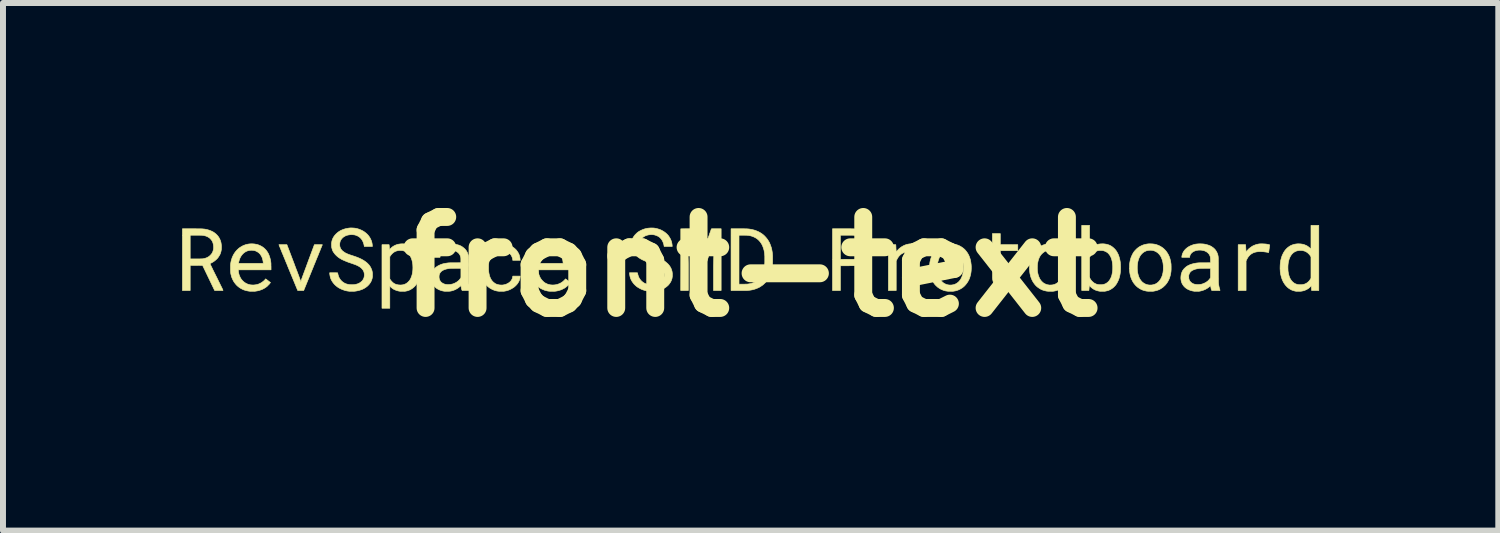
<source format=kicad_pcb>
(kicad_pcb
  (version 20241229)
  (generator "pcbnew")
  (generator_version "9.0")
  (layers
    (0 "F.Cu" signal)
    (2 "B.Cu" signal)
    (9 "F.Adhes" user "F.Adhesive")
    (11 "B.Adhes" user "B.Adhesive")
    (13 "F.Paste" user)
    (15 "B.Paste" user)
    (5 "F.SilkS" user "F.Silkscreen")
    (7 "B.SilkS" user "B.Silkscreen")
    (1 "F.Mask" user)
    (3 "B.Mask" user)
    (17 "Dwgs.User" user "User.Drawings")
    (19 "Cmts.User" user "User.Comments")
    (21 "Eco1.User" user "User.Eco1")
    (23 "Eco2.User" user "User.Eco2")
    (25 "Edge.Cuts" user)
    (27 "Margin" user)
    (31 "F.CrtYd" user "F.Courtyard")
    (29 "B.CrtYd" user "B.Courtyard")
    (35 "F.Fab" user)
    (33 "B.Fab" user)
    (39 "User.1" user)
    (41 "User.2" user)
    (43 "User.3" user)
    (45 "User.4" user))
  (footprint "front-text"
    (layer "F.Cu")
    (at 9.52 1.418)
    (property "Reference" "front-text" (at 0 0 0) (layer "F.SilkS") (effects (font (size 1.524 1.524) (thickness 0.3))))
    (attr through_hole)
    (fp_poly (pts (xy 2.722 -0.384) (xy 2.742 -0.383) (xy 2.761 -0.382) (xy 2.779 -0.38) (xy 2.796 -0.377) (xy 2.811 -0.374) (xy 2.825 -0.37) (xy 2.827 -0.37) (xy 2.831 -0.368) (xy 2.834 -0.367) (xy 2.835 -0.366) (xy 2.835 -0.365) (xy 2.835 -0.364) (xy 2.835 -0.362) (xy 2.834 -0.359) (xy 2.834 -0.353) (xy 2.833 -0.347) (xy 2.832 -0.338) (xy 2.83 -0.329) (xy 2.829 -0.319) (xy 2.827 -0.308) (xy 2.826 -0.3) (xy 2.825 -0.289) (xy 2.823 -0.278) (xy 2.822 -0.268) (xy 2.821 -0.26) (xy 2.82 -0.252) (xy 2.819 -0.246) (xy 2.818 -0.242) (xy 2.818 -0.239) (xy 2.818 -0.239) (xy 2.817 -0.239) (xy 2.814 -0.239) (xy 2.81 -0.24) (xy 2.804 -0.241) (xy 2.801 -0.242) (xy 2.779 -0.246) (xy 2.756 -0.249) (xy 2.734 -0.252) (xy 2.711 -0.253) (xy 2.69 -0.254) (xy 2.669 -0.254) (xy 2.65 -0.254) (xy 2.633 -0.252) (xy 2.629 -0.252) (xy 2.606 -0.248) (xy 2.585 -0.243) (xy 2.565 -0.235) (xy 2.546 -0.226) (xy 2.528 -0.216) (xy 2.511 -0.203) (xy 2.496 -0.189) (xy 2.482 -0.173) (xy 2.477 -0.166) (xy 2.465 -0.149) (xy 2.455 -0.131) (xy 2.445 -0.111) (xy 2.443 -0.106) (xy 2.439 -0.096) (xy 2.439 0.397) (xy 2.308 0.397) (xy 2.308 -0.37) (xy 2.432 -0.37) (xy 2.432 -0.366) (xy 2.432 -0.364) (xy 2.433 -0.36) (xy 2.433 -0.354) (xy 2.433 -0.347) (xy 2.434 -0.339) (xy 2.434 -0.329) (xy 2.435 -0.319) (xy 2.435 -0.308) (xy 2.435 -0.305) (xy 2.436 -0.295) (xy 2.437 -0.285) (xy 2.437 -0.275) (xy 2.438 -0.267) (xy 2.438 -0.26) (xy 2.438 -0.255) (xy 2.438 -0.251) (xy 2.439 -0.25) (xy 2.439 -0.25) (xy 2.439 -0.25) (xy 2.441 -0.252) (xy 2.444 -0.256) (xy 2.447 -0.26) (xy 2.45 -0.263) (xy 2.467 -0.282) (xy 2.485 -0.301) (xy 2.505 -0.317) (xy 2.525 -0.332) (xy 2.547 -0.345) (xy 2.569 -0.357) (xy 2.591 -0.366) (xy 2.614 -0.374) (xy 2.637 -0.379) (xy 2.642 -0.38) (xy 2.652 -0.382) (xy 2.661 -0.383) (xy 2.67 -0.384) (xy 2.679 -0.384) (xy 2.689 -0.384) (xy 2.7 -0.385) (xy 2.701 -0.385) (xy 2.722 -0.384)) (stroke (width 0.01) (type solid)) (fill yes) (layer "F.SilkS"))
    (fp_poly (pts (xy 8.581 -0.384) (xy 8.601 -0.383) (xy 8.62 -0.382) (xy 8.638 -0.38) (xy 8.655 -0.377) (xy 8.67 -0.374) (xy 8.684 -0.37) (xy 8.686 -0.37) (xy 8.69 -0.368) (xy 8.693 -0.367) (xy 8.694 -0.366) (xy 8.694 -0.365) (xy 8.694 -0.364) (xy 8.694 -0.362) (xy 8.693 -0.359) (xy 8.692 -0.353) (xy 8.691 -0.347) (xy 8.69 -0.338) (xy 8.689 -0.329) (xy 8.688 -0.319) (xy 8.686 -0.308) (xy 8.685 -0.3) (xy 8.683 -0.289) (xy 8.682 -0.278) (xy 8.681 -0.268) (xy 8.679 -0.26) (xy 8.678 -0.252) (xy 8.677 -0.246) (xy 8.677 -0.242) (xy 8.676 -0.239) (xy 8.676 -0.239) (xy 8.675 -0.239) (xy 8.672 -0.239) (xy 8.668 -0.24) (xy 8.663 -0.241) (xy 8.66 -0.242) (xy 8.637 -0.246) (xy 8.615 -0.249) (xy 8.592 -0.252) (xy 8.57 -0.253) (xy 8.548 -0.254) (xy 8.528 -0.254) (xy 8.509 -0.254) (xy 8.491 -0.252) (xy 8.488 -0.252) (xy 8.465 -0.248) (xy 8.444 -0.243) (xy 8.424 -0.236) (xy 8.405 -0.227) (xy 8.387 -0.216) (xy 8.37 -0.204) (xy 8.355 -0.189) (xy 8.341 -0.173) (xy 8.337 -0.169) (xy 8.327 -0.154) (xy 8.317 -0.137) (xy 8.308 -0.119) (xy 8.302 -0.106) (xy 8.298 -0.096) (xy 8.298 0.397) (xy 8.166 0.397) (xy 8.166 -0.37) (xy 8.29 -0.37) (xy 8.291 -0.367) (xy 8.291 -0.365) (xy 8.291 -0.361) (xy 8.291 -0.356) (xy 8.292 -0.349) (xy 8.292 -0.341) (xy 8.293 -0.331) (xy 8.293 -0.321) (xy 8.294 -0.31) (xy 8.294 -0.307) (xy 8.295 -0.296) (xy 8.295 -0.285) (xy 8.296 -0.276) (xy 8.296 -0.268) (xy 8.296 -0.261) (xy 8.297 -0.255) (xy 8.297 -0.252) (xy 8.297 -0.25) (xy 8.297 -0.25) (xy 8.298 -0.25) (xy 8.3 -0.252) (xy 8.303 -0.256) (xy 8.306 -0.26) (xy 8.308 -0.263) (xy 8.326 -0.282) (xy 8.344 -0.301) (xy 8.364 -0.317) (xy 8.384 -0.332) (xy 8.405 -0.346) (xy 8.427 -0.357) (xy 8.45 -0.366) (xy 8.473 -0.374) (xy 8.496 -0.379) (xy 8.501 -0.38) (xy 8.511 -0.382) (xy 8.52 -0.383) (xy 8.528 -0.384) (xy 8.537 -0.384) (xy 8.547 -0.384) (xy 8.559 -0.385) (xy 8.56 -0.385) (xy 8.581 -0.384)) (stroke (width 0.01) (type solid)) (fill yes) (layer "F.SilkS"))
    (fp_poly (pts (xy -7.845 -0.37) (xy -7.834 -0.37) (xy -7.832 -0.37) (xy -7.765 -0.37) (xy -7.655 -0.081) (xy -7.644 -0.052) (xy -7.634 -0.025) (xy -7.625 0.000096) (xy -7.616 0.023) (xy -7.608 0.045) (xy -7.6 0.064) (xy -7.593 0.083) (xy -7.587 0.099) (xy -7.581 0.115) (xy -7.576 0.128) (xy -7.571 0.141) (xy -7.567 0.152) (xy -7.563 0.163) (xy -7.56 0.172) (xy -7.557 0.18) (xy -7.554 0.187) (xy -7.552 0.194) (xy -7.55 0.2) (xy -7.548 0.205) (xy -7.546 0.209) (xy -7.545 0.213) (xy -7.544 0.216) (xy -7.543 0.219) (xy -7.542 0.222) (xy -7.541 0.225) (xy -7.541 0.227) (xy -7.54 0.229) (xy -7.54 0.23) (xy -7.538 0.237) (xy -7.537 0.243) (xy -7.535 0.248) (xy -7.534 0.252) (xy -7.534 0.254) (xy -7.534 0.254) (xy -7.533 0.254) (xy -7.532 0.252) (xy -7.531 0.249) (xy -7.529 0.243) (xy -7.527 0.236) (xy -7.526 0.233) (xy -7.526 0.23) (xy -7.525 0.227) (xy -7.524 0.224) (xy -7.523 0.221) (xy -7.522 0.217) (xy -7.52 0.213) (xy -7.519 0.208) (xy -7.517 0.203) (xy -7.515 0.196) (xy -7.512 0.189) (xy -7.509 0.181) (xy -7.506 0.173) (xy -7.503 0.163) (xy -7.499 0.152) (xy -7.494 0.14) (xy -7.489 0.126) (xy -7.484 0.112) (xy -7.478 0.096) (xy -7.471 0.078) (xy -7.464 0.059) (xy -7.457 0.038) (xy -7.448 0.016) (xy -7.439 -0.008) (xy -7.43 -0.034) (xy -7.419 -0.062) (xy -7.413 -0.08) (xy -7.305 -0.37) (xy -7.239 -0.37) (xy -7.227 -0.37) (xy -7.216 -0.37) (xy -7.205 -0.37) (xy -7.196 -0.37) (xy -7.188 -0.37) (xy -7.181 -0.37) (xy -7.176 -0.37) (xy -7.173 -0.37) (xy -7.172 -0.369) (xy -7.172 -0.369) (xy -7.172 -0.368) (xy -7.173 -0.365) (xy -7.175 -0.36) (xy -7.178 -0.354) (xy -7.182 -0.345) (xy -7.186 -0.335) (xy -7.19 -0.324) (xy -7.196 -0.31) (xy -7.202 -0.296) (xy -7.208 -0.28) (xy -7.215 -0.262) (xy -7.223 -0.244) (xy -7.231 -0.224) (xy -7.239 -0.203) (xy -7.248 -0.181) (xy -7.258 -0.158) (xy -7.268 -0.134) (xy -7.278 -0.109) (xy -7.288 -0.084) (xy -7.299 -0.057) (xy -7.31 -0.031) (xy -7.321 -0.003) (xy -7.328 0.014) (xy -7.484 0.397) (xy -7.534 0.397) (xy -7.584 0.397) (xy -7.742 0.014) (xy -7.753 -0.013) (xy -7.764 -0.041) (xy -7.775 -0.067) (xy -7.786 -0.093) (xy -7.796 -0.118) (xy -7.806 -0.143) (xy -7.816 -0.166) (xy -7.825 -0.189) (xy -7.834 -0.21) (xy -7.843 -0.231) (xy -7.851 -0.25) (xy -7.858 -0.269) (xy -7.865 -0.286) (xy -7.871 -0.301) (xy -7.877 -0.315) (xy -7.882 -0.328) (xy -7.887 -0.339) (xy -7.891 -0.349) (xy -7.894 -0.356) (xy -7.896 -0.363) (xy -7.898 -0.367) (xy -7.899 -0.369) (xy -7.899 -0.37) (xy -7.898 -0.37) (xy -7.895 -0.37) (xy -7.89 -0.37) (xy -7.884 -0.37) (xy -7.876 -0.37) (xy -7.867 -0.37) (xy -7.857 -0.37) (xy -7.845 -0.37)) (stroke (width 0.01) (type solid)) (fill yes) (layer "F.SilkS"))
    (fp_poly (pts (xy 4.182 -0.464) (xy 4.182 -0.371) (xy 4.328 -0.371) (xy 4.475 -0.37) (xy 4.475 -0.27) (xy 4.328 -0.27) (xy 4.182 -0.27) (xy 4.182 -0.058) (xy 4.182 -0.032) (xy 4.182 -0.007) (xy 4.182 0.015) (xy 4.182 0.035) (xy 4.182 0.054) (xy 4.182 0.071) (xy 4.182 0.087) (xy 4.182 0.1) (xy 4.182 0.113) (xy 4.182 0.124) (xy 4.182 0.134) (xy 4.182 0.143) (xy 4.182 0.151) (xy 4.182 0.157) (xy 4.183 0.163) (xy 4.183 0.169) (xy 4.183 0.173) (xy 4.183 0.177) (xy 4.184 0.181) (xy 4.184 0.184) (xy 4.184 0.187) (xy 4.185 0.19) (xy 4.185 0.192) (xy 4.185 0.193) (xy 4.189 0.21) (xy 4.195 0.225) (xy 4.201 0.24) (xy 4.21 0.253) (xy 4.219 0.264) (xy 4.23 0.274) (xy 4.237 0.278) (xy 4.246 0.284) (xy 4.255 0.288) (xy 4.266 0.292) (xy 4.277 0.295) (xy 4.289 0.298) (xy 4.295 0.299) (xy 4.303 0.299) (xy 4.312 0.3) (xy 4.322 0.3) (xy 4.333 0.3) (xy 4.344 0.3) (xy 4.354 0.3) (xy 4.364 0.299) (xy 4.374 0.298) (xy 4.379 0.298) (xy 4.391 0.296) (xy 4.403 0.294) (xy 4.416 0.292) (xy 4.429 0.29) (xy 4.441 0.287) (xy 4.452 0.285) (xy 4.462 0.283) (xy 4.466 0.282) (xy 4.472 0.281) (xy 4.478 0.28) (xy 4.482 0.279) (xy 4.484 0.279) (xy 4.485 0.279) (xy 4.485 0.28) (xy 4.486 0.283) (xy 4.487 0.288) (xy 4.488 0.294) (xy 4.49 0.302) (xy 4.492 0.31) (xy 4.493 0.319) (xy 4.494 0.323) (xy 4.496 0.333) (xy 4.498 0.341) (xy 4.499 0.35) (xy 4.501 0.357) (xy 4.502 0.362) (xy 4.503 0.366) (xy 4.503 0.368) (xy 4.503 0.369) (xy 4.503 0.37) (xy 4.503 0.371) (xy 4.501 0.373) (xy 4.497 0.374) (xy 4.494 0.376) (xy 4.482 0.382) (xy 4.467 0.387) (xy 4.451 0.392) (xy 4.433 0.397) (xy 4.414 0.401) (xy 4.394 0.404) (xy 4.372 0.407) (xy 4.35 0.409) (xy 4.337 0.411) (xy 4.332 0.411) (xy 4.325 0.411) (xy 4.318 0.411) (xy 4.309 0.411) (xy 4.3 0.411) (xy 4.291 0.411) (xy 4.283 0.411) (xy 4.276 0.411) (xy 4.269 0.411) (xy 4.265 0.411) (xy 4.264 0.411) (xy 4.252 0.41) (xy 4.239 0.408) (xy 4.226 0.405) (xy 4.213 0.402) (xy 4.202 0.399) (xy 4.192 0.396) (xy 4.19 0.395) (xy 4.172 0.387) (xy 4.155 0.378) (xy 4.14 0.368) (xy 4.125 0.356) (xy 4.113 0.344) (xy 4.111 0.341) (xy 4.102 0.331) (xy 4.094 0.318) (xy 4.085 0.305) (xy 4.078 0.291) (xy 4.072 0.278) (xy 4.067 0.266) (xy 4.063 0.251) (xy 4.059 0.235) (xy 4.055 0.217) (xy 4.052 0.197) (xy 4.052 0.197) (xy 4.052 0.195) (xy 4.052 0.193) (xy 4.052 0.19) (xy 4.052 0.187) (xy 4.051 0.184) (xy 4.051 0.18) (xy 4.051 0.175) (xy 4.051 0.169) (xy 4.051 0.163) (xy 4.051 0.155) (xy 4.051 0.147) (xy 4.051 0.137) (xy 4.051 0.126) (xy 4.051 0.113) (xy 4.051 0.099) (xy 4.05 0.084) (xy 4.05 0.067) (xy 4.05 0.048) (xy 4.05 0.027) (xy 4.05 0.005) (xy 4.05 -0.02) (xy 4.05 -0.044) (xy 4.05 -0.27) (xy 3.848 -0.27) (xy 3.848 -0.37) (xy 4.05 -0.37) (xy 4.05 -0.556) (xy 4.182 -0.556) (xy 4.182 -0.464)) (stroke (width 0.01) (type solid)) (fill yes) (layer "F.SilkS"))
    (fp_poly (pts (xy 1.537 -0.637) (xy 1.562 -0.637) (xy 1.584 -0.637) (xy 1.604 -0.637) (xy 1.622 -0.637) (xy 1.639 -0.637) (xy 1.654 -0.637) (xy 1.668 -0.637) (xy 1.68 -0.637) (xy 1.691 -0.636) (xy 1.7 -0.636) (xy 1.709 -0.636) (xy 1.717 -0.636) (xy 1.724 -0.636) (xy 1.73 -0.635) (xy 1.735 -0.635) (xy 1.74 -0.635) (xy 1.745 -0.634) (xy 1.749 -0.634) (xy 1.754 -0.633) (xy 1.755 -0.633) (xy 1.784 -0.629) (xy 1.812 -0.623) (xy 1.838 -0.615) (xy 1.863 -0.605) (xy 1.887 -0.595) (xy 1.909 -0.582) (xy 1.93 -0.569) (xy 1.95 -0.554) (xy 1.966 -0.538) (xy 1.982 -0.521) (xy 1.996 -0.503) (xy 2.009 -0.483) (xy 2.02 -0.462) (xy 2.03 -0.441) (xy 2.037 -0.419) (xy 2.042 -0.399) (xy 2.044 -0.39) (xy 2.045 -0.382) (xy 2.047 -0.375) (xy 2.047 -0.368) (xy 2.048 -0.361) (xy 2.048 -0.353) (xy 2.049 -0.344) (xy 2.049 -0.334) (xy 2.049 -0.326) (xy 2.049 -0.314) (xy 2.049 -0.304) (xy 2.048 -0.296) (xy 2.048 -0.288) (xy 2.047 -0.281) (xy 2.046 -0.274) (xy 2.045 -0.266) (xy 2.043 -0.258) (xy 2.043 -0.256) (xy 2.037 -0.232) (xy 2.028 -0.209) (xy 2.018 -0.187) (xy 2.006 -0.165) (xy 1.993 -0.145) (xy 1.977 -0.126) (xy 1.966 -0.115) (xy 1.948 -0.098) (xy 1.927 -0.082) (xy 1.906 -0.069) (xy 1.883 -0.056) (xy 1.858 -0.046) (xy 1.84 -0.039) (xy 1.817 -0.032) (xy 1.793 -0.026) (xy 1.768 -0.022) (xy 1.742 -0.019) (xy 1.736 -0.019) (xy 1.733 -0.018) (xy 1.728 -0.018) (xy 1.721 -0.018) (xy 1.712 -0.018) (xy 1.701 -0.018) (xy 1.689 -0.018) (xy 1.675 -0.018) (xy 1.661 -0.018) (xy 1.645 -0.017) (xy 1.629 -0.017) (xy 1.613 -0.017) (xy 1.504 -0.017) (xy 1.504 0.397) (xy 1.372 0.397) (xy 1.372 -0.529) (xy 1.504 -0.529) (xy 1.504 -0.125) (xy 1.62 -0.126) (xy 1.639 -0.126) (xy 1.655 -0.126) (xy 1.67 -0.126) (xy 1.682 -0.126) (xy 1.693 -0.126) (xy 1.703 -0.126) (xy 1.711 -0.126) (xy 1.718 -0.126) (xy 1.724 -0.126) (xy 1.729 -0.126) (xy 1.733 -0.127) (xy 1.737 -0.127) (xy 1.74 -0.127) (xy 1.742 -0.127) (xy 1.744 -0.127) (xy 1.746 -0.128) (xy 1.748 -0.128) (xy 1.748 -0.128) (xy 1.762 -0.131) (xy 1.774 -0.134) (xy 1.785 -0.137) (xy 1.795 -0.141) (xy 1.805 -0.145) (xy 1.81 -0.147) (xy 1.828 -0.157) (xy 1.845 -0.168) (xy 1.86 -0.181) (xy 1.874 -0.195) (xy 1.886 -0.211) (xy 1.896 -0.227) (xy 1.904 -0.245) (xy 1.91 -0.264) (xy 1.915 -0.284) (xy 1.918 -0.305) (xy 1.919 -0.325) (xy 1.918 -0.347) (xy 1.915 -0.368) (xy 1.91 -0.388) (xy 1.903 -0.407) (xy 1.895 -0.425) (xy 1.885 -0.442) (xy 1.873 -0.457) (xy 1.86 -0.472) (xy 1.845 -0.485) (xy 1.829 -0.496) (xy 1.811 -0.506) (xy 1.792 -0.514) (xy 1.771 -0.52) (xy 1.769 -0.521) (xy 1.764 -0.522) (xy 1.759 -0.523) (xy 1.754 -0.524) (xy 1.749 -0.525) (xy 1.744 -0.526) (xy 1.739 -0.527) (xy 1.733 -0.527) (xy 1.727 -0.528) (xy 1.72 -0.528) (xy 1.712 -0.528) (xy 1.702 -0.529) (xy 1.692 -0.529) (xy 1.68 -0.529) (xy 1.667 -0.529) (xy 1.652 -0.529) (xy 1.635 -0.529) (xy 1.616 -0.529) (xy 1.607 -0.529) (xy 1.504 -0.529) (xy 1.372 -0.529) (xy 1.372 -0.637) (xy 1.537 -0.637)) (stroke (width 0.01) (type solid)) (fill yes) (layer "F.SilkS"))
    (fp_poly (pts (xy -0.209 -0.637) (xy -0.187 -0.637) (xy -0.168 -0.637) (xy -0.15 -0.637) (xy -0.133 -0.637) (xy -0.119 -0.637) (xy -0.106 -0.637) (xy -0.094 -0.636) (xy -0.083 -0.636) (xy -0.073 -0.636) (xy -0.065 -0.636) (xy -0.057 -0.635) (xy -0.049 -0.635) (xy -0.042 -0.634) (xy -0.036 -0.634) (xy -0.029 -0.633) (xy -0.023 -0.632) (xy -0.016 -0.631) (xy -0.01 -0.631) (xy -0.009 -0.63) (xy 0.02 -0.625) (xy 0.049 -0.618) (xy 0.077 -0.61) (xy 0.105 -0.599) (xy 0.131 -0.588) (xy 0.157 -0.574) (xy 0.181 -0.559) (xy 0.19 -0.553) (xy 0.211 -0.537) (xy 0.231 -0.519) (xy 0.25 -0.499) (xy 0.268 -0.478) (xy 0.285 -0.456) (xy 0.298 -0.435) (xy 0.313 -0.41) (xy 0.325 -0.383) (xy 0.336 -0.354) (xy 0.346 -0.325) (xy 0.354 -0.294) (xy 0.36 -0.262) (xy 0.365 -0.229) (xy 0.368 -0.195) (xy 0.368 -0.189) (xy 0.369 -0.181) (xy 0.369 -0.171) (xy 0.369 -0.161) (xy 0.369 -0.149) (xy 0.369 -0.136) (xy 0.369 -0.123) (xy 0.369 -0.11) (xy 0.369 -0.096) (xy 0.369 -0.083) (xy 0.368 -0.071) (xy 0.368 -0.059) (xy 0.368 -0.048) (xy 0.368 -0.038) (xy 0.367 -0.03) (xy 0.367 -0.024) (xy 0.367 -0.021) (xy 0.362 0.011) (xy 0.357 0.042) (xy 0.351 0.071) (xy 0.343 0.098) (xy 0.333 0.125) (xy 0.323 0.151) (xy 0.318 0.161) (xy 0.305 0.186) (xy 0.291 0.209) (xy 0.276 0.231) (xy 0.259 0.252) (xy 0.24 0.272) (xy 0.239 0.273) (xy 0.221 0.29) (xy 0.204 0.305) (xy 0.185 0.318) (xy 0.166 0.331) (xy 0.146 0.343) (xy 0.132 0.35) (xy 0.106 0.361) (xy 0.08 0.371) (xy 0.054 0.379) (xy 0.026 0.386) (xy -0.003 0.391) (xy -0.034 0.395) (xy -0.049 0.396) (xy -0.053 0.397) (xy -0.059 0.397) (xy -0.066 0.397) (xy -0.076 0.397) (xy -0.087 0.397) (xy -0.1 0.397) (xy -0.115 0.397) (xy -0.131 0.397) (xy -0.149 0.397) (xy -0.168 0.397) (xy -0.188 0.397) (xy -0.196 0.397) (xy -0.327 0.397) (xy -0.327 0.291) (xy -0.194 0.291) (xy -0.133 0.291) (xy -0.121 0.291) (xy -0.11 0.291) (xy -0.098 0.291) (xy -0.088 0.29) (xy -0.079 0.29) (xy -0.071 0.29) (xy -0.064 0.29) (xy -0.059 0.29) (xy -0.058 0.29) (xy -0.033 0.287) (xy -0.009 0.283) (xy 0.013 0.278) (xy 0.034 0.271) (xy 0.054 0.263) (xy 0.062 0.259) (xy 0.083 0.248) (xy 0.102 0.235) (xy 0.12 0.221) (xy 0.137 0.206) (xy 0.153 0.189) (xy 0.166 0.172) (xy 0.179 0.153) (xy 0.191 0.132) (xy 0.202 0.11) (xy 0.211 0.086) (xy 0.219 0.061) (xy 0.226 0.034) (xy 0.231 0.005) (xy 0.235 -0.025) (xy 0.236 -0.029) (xy 0.236 -0.034) (xy 0.237 -0.041) (xy 0.237 -0.05) (xy 0.237 -0.06) (xy 0.238 -0.071) (xy 0.238 -0.084) (xy 0.238 -0.096) (xy 0.238 -0.109) (xy 0.238 -0.122) (xy 0.238 -0.135) (xy 0.238 -0.147) (xy 0.238 -0.158) (xy 0.238 -0.168) (xy 0.238 -0.177) (xy 0.238 -0.185) (xy 0.237 -0.187) (xy 0.235 -0.219) (xy 0.23 -0.25) (xy 0.225 -0.279) (xy 0.217 -0.306) (xy 0.208 -0.333) (xy 0.198 -0.357) (xy 0.186 -0.38) (xy 0.172 -0.402) (xy 0.157 -0.422) (xy 0.14 -0.441) (xy 0.134 -0.447) (xy 0.116 -0.463) (xy 0.097 -0.477) (xy 0.076 -0.489) (xy 0.054 -0.5) (xy 0.031 -0.509) (xy 0.007 -0.517) (xy -0.018 -0.522) (xy -0.02 -0.523) (xy -0.026 -0.524) (xy -0.032 -0.525) (xy -0.038 -0.526) (xy -0.044 -0.526) (xy -0.049 -0.527) (xy -0.056 -0.527) (xy -0.063 -0.528) (xy -0.071 -0.528) (xy -0.08 -0.528) (xy -0.09 -0.528) (xy -0.102 -0.529) (xy -0.116 -0.529) (xy -0.128 -0.529) (xy -0.194 -0.529) (xy -0.194 0.291) (xy -0.327 0.291) (xy -0.327 -0.637) (xy -0.209 -0.637)) (stroke (width 0.01) (type solid)) (fill yes) (layer "F.SilkS"))
    (fp_poly (pts (xy -9.352 -0.637) (xy -9.33 -0.637) (xy -9.309 -0.637) (xy -9.291 -0.637) (xy -9.274 -0.636) (xy -9.259 -0.636) (xy -9.246 -0.636) (xy -9.234 -0.636) (xy -9.223 -0.636) (xy -9.214 -0.636) (xy -9.205 -0.636) (xy -9.198 -0.636) (xy -9.191 -0.635) (xy -9.186 -0.635) (xy -9.18 -0.635) (xy -9.176 -0.635) (xy -9.171 -0.634) (xy -9.167 -0.634) (xy -9.163 -0.633) (xy -9.159 -0.633) (xy -9.155 -0.632) (xy -9.15 -0.632) (xy -9.148 -0.632) (xy -9.118 -0.627) (xy -9.09 -0.62) (xy -9.064 -0.612) (xy -9.038 -0.602) (xy -9.015 -0.591) (xy -8.992 -0.579) (xy -8.972 -0.564) (xy -8.953 -0.549) (xy -8.941 -0.537) (xy -8.926 -0.521) (xy -8.912 -0.503) (xy -8.9 -0.484) (xy -8.889 -0.463) (xy -8.88 -0.442) (xy -8.873 -0.421) (xy -8.868 -0.4) (xy -8.865 -0.378) (xy -8.862 -0.356) (xy -8.861 -0.333) (xy -8.862 -0.311) (xy -8.863 -0.289) (xy -8.867 -0.268) (xy -8.87 -0.253) (xy -8.877 -0.23) (xy -8.886 -0.207) (xy -8.898 -0.186) (xy -8.911 -0.165) (xy -8.925 -0.146) (xy -8.942 -0.128) (xy -8.961 -0.111) (xy -8.981 -0.095) (xy -9.001 -0.081) (xy -9.005 -0.079) (xy -9.01 -0.076) (xy -9.015 -0.073) (xy -9.022 -0.069) (xy -9.029 -0.066) (xy -9.035 -0.062) (xy -9.041 -0.059) (xy -9.047 -0.056) (xy -9.051 -0.054) (xy -9.053 -0.053) (xy -9.054 -0.053) (xy -9.053 -0.053) (xy -9.053 -0.051) (xy -9.052 -0.048) (xy -9.05 -0.044) (xy -9.047 -0.039) (xy -9.044 -0.033) (xy -9.041 -0.025) (xy -9.036 -0.016) (xy -9.031 -0.005) (xy -9.025 0.007) (xy -9.018 0.021) (xy -9.011 0.036) (xy -9.003 0.053) (xy -8.994 0.071) (xy -8.984 0.091) (xy -8.973 0.113) (xy -8.961 0.137) (xy -8.948 0.163) (xy -8.945 0.168) (xy -8.933 0.193) (xy -8.921 0.217) (xy -8.911 0.238) (xy -8.901 0.258) (xy -8.892 0.276) (xy -8.884 0.292) (xy -8.877 0.307) (xy -8.87 0.321) (xy -8.864 0.333) (xy -8.859 0.343) (xy -8.854 0.353) (xy -8.85 0.361) (xy -8.847 0.368) (xy -8.844 0.374) (xy -8.841 0.379) (xy -8.84 0.384) (xy -8.838 0.387) (xy -8.837 0.39) (xy -8.836 0.391) (xy -8.836 0.393) (xy -8.836 0.393) (xy -8.836 0.397) (xy -8.905 0.397) (xy -8.975 0.397) (xy -9.076 0.187) (xy -9.177 -0.023) (xy -9.385 -0.024) (xy -9.385 0.397) (xy -9.515 0.397) (xy -9.515 -0.132) (xy -9.385 -0.132) (xy -9.286 -0.132) (xy -9.269 -0.132) (xy -9.253 -0.132) (xy -9.24 -0.132) (xy -9.228 -0.132) (xy -9.218 -0.132) (xy -9.21 -0.133) (xy -9.202 -0.133) (xy -9.196 -0.133) (xy -9.191 -0.133) (xy -9.186 -0.133) (xy -9.183 -0.133) (xy -9.18 -0.134) (xy -9.177 -0.134) (xy -9.175 -0.134) (xy -9.174 -0.134) (xy -9.153 -0.138) (xy -9.134 -0.143) (xy -9.115 -0.149) (xy -9.098 -0.157) (xy -9.083 -0.165) (xy -9.066 -0.176) (xy -9.052 -0.189) (xy -9.038 -0.203) (xy -9.026 -0.217) (xy -9.016 -0.233) (xy -9.008 -0.25) (xy -9.003 -0.262) (xy -8.999 -0.278) (xy -8.995 -0.294) (xy -8.993 -0.312) (xy -8.993 -0.331) (xy -8.994 -0.345) (xy -8.996 -0.366) (xy -9 -0.386) (xy -9.005 -0.404) (xy -9.012 -0.421) (xy -9.021 -0.438) (xy -9.027 -0.446) (xy -9.032 -0.452) (xy -9.038 -0.46) (xy -9.046 -0.468) (xy -9.053 -0.475) (xy -9.061 -0.482) (xy -9.068 -0.488) (xy -9.069 -0.488) (xy -9.082 -0.496) (xy -9.096 -0.504) (xy -9.112 -0.511) (xy -9.129 -0.517) (xy -9.147 -0.521) (xy -9.149 -0.522) (xy -9.154 -0.523) (xy -9.159 -0.524) (xy -9.163 -0.525) (xy -9.167 -0.526) (xy -9.171 -0.526) (xy -9.175 -0.527) (xy -9.18 -0.527) (xy -9.186 -0.527) (xy -9.192 -0.528) (xy -9.199 -0.528) (xy -9.207 -0.528) (xy -9.216 -0.528) (xy -9.227 -0.529) (xy -9.239 -0.529) (xy -9.253 -0.529) (xy -9.269 -0.529) (xy -9.286 -0.529) (xy -9.385 -0.529) (xy -9.385 -0.132) (xy -9.515 -0.132) (xy -9.515 -0.637) (xy -9.352 -0.637)) (stroke (width 0.01) (type solid)) (fill yes) (layer "F.SilkS"))
    (fp_poly (pts (xy -5.809 -0.384) (xy -5.791 -0.383) (xy -5.774 -0.381) (xy -5.758 -0.377) (xy -5.741 -0.373) (xy -5.731 -0.37) (xy -5.711 -0.362) (xy -5.691 -0.352) (xy -5.672 -0.341) (xy -5.653 -0.328) (xy -5.636 -0.313) (xy -5.629 -0.307) (xy -5.613 -0.288) (xy -5.598 -0.269) (xy -5.584 -0.247) (xy -5.572 -0.224) (xy -5.561 -0.2) (xy -5.551 -0.173) (xy -5.543 -0.146) (xy -5.536 -0.116) (xy -5.53 -0.085) (xy -5.527 -0.056) (xy -5.526 -0.05) (xy -5.526 -0.042) (xy -5.525 -0.032) (xy -5.525 -0.021) (xy -5.525 -0.01) (xy -5.525 0.002) (xy -5.525 0.015) (xy -5.525 0.027) (xy -5.525 0.039) (xy -5.525 0.05) (xy -5.525 0.06) (xy -5.526 0.069) (xy -5.526 0.076) (xy -5.526 0.078) (xy -5.53 0.111) (xy -5.536 0.142) (xy -5.543 0.172) (xy -5.551 0.2) (xy -5.561 0.226) (xy -5.573 0.251) (xy -5.586 0.275) (xy -5.6 0.297) (xy -5.611 0.311) (xy -5.626 0.329) (xy -5.644 0.345) (xy -5.662 0.36) (xy -5.682 0.373) (xy -5.702 0.385) (xy -5.724 0.394) (xy -5.746 0.402) (xy -5.747 0.402) (xy -5.761 0.405) (xy -5.775 0.408) (xy -5.789 0.41) (xy -5.804 0.411) (xy -5.82 0.411) (xy -5.836 0.411) (xy -5.851 0.411) (xy -5.864 0.41) (xy -5.877 0.409) (xy -5.889 0.407) (xy -5.902 0.404) (xy -5.911 0.402) (xy -5.934 0.395) (xy -5.956 0.386) (xy -5.977 0.376) (xy -5.997 0.363) (xy -6.015 0.349) (xy -6.031 0.334) (xy -6.042 0.324) (xy -6.042 0.694) (xy -6.173 0.694) (xy -6.173 -0.17) (xy -6.042 -0.17) (xy -6.042 0.203) (xy -6.034 0.215) (xy -6.024 0.229) (xy -6.012 0.243) (xy -5.999 0.256) (xy -5.986 0.268) (xy -5.972 0.278) (xy -5.965 0.282) (xy -5.951 0.289) (xy -5.936 0.295) (xy -5.92 0.299) (xy -5.903 0.302) (xy -5.898 0.303) (xy -5.889 0.304) (xy -5.88 0.304) (xy -5.87 0.305) (xy -5.859 0.305) (xy -5.85 0.304) (xy -5.842 0.304) (xy -5.84 0.304) (xy -5.821 0.301) (xy -5.802 0.296) (xy -5.785 0.289) (xy -5.768 0.281) (xy -5.753 0.27) (xy -5.738 0.258) (xy -5.73 0.249) (xy -5.722 0.241) (xy -5.716 0.234) (xy -5.711 0.227) (xy -5.705 0.219) (xy -5.702 0.215) (xy -5.691 0.195) (xy -5.682 0.173) (xy -5.674 0.151) (xy -5.667 0.126) (xy -5.662 0.1) (xy -5.658 0.073) (xy -5.656 0.045) (xy -5.655 0.015) (xy -5.655 0.015) (xy -5.656 -0.011) (xy -5.657 -0.035) (xy -5.66 -0.058) (xy -5.664 -0.081) (xy -5.669 -0.103) (xy -5.671 -0.11) (xy -5.677 -0.13) (xy -5.685 -0.15) (xy -5.694 -0.168) (xy -5.704 -0.186) (xy -5.715 -0.202) (xy -5.727 -0.216) (xy -5.74 -0.228) (xy -5.755 -0.241) (xy -5.772 -0.251) (xy -5.79 -0.26) (xy -5.809 -0.266) (xy -5.827 -0.271) (xy -5.833 -0.272) (xy -5.841 -0.272) (xy -5.85 -0.273) (xy -5.86 -0.273) (xy -5.869 -0.273) (xy -5.879 -0.273) (xy -5.888 -0.273) (xy -5.895 -0.272) (xy -5.898 -0.272) (xy -5.917 -0.268) (xy -5.935 -0.263) (xy -5.951 -0.257) (xy -5.967 -0.248) (xy -5.982 -0.238) (xy -5.997 -0.225) (xy -6.005 -0.218) (xy -6.013 -0.209) (xy -6.02 -0.2) (xy -6.027 -0.192) (xy -6.033 -0.183) (xy -6.035 -0.179) (xy -6.042 -0.17) (xy -6.173 -0.17) (xy -6.173 -0.37) (xy -6.054 -0.37) (xy -6.053 -0.366) (xy -6.053 -0.363) (xy -6.052 -0.359) (xy -6.052 -0.354) (xy -6.051 -0.347) (xy -6.051 -0.339) (xy -6.05 -0.33) (xy -6.05 -0.325) (xy -6.049 -0.316) (xy -6.048 -0.308) (xy -6.048 -0.301) (xy -6.047 -0.295) (xy -6.047 -0.291) (xy -6.047 -0.288) (xy -6.047 -0.288) (xy -6.046 -0.289) (xy -6.044 -0.291) (xy -6.041 -0.294) (xy -6.038 -0.297) (xy -6.036 -0.299) (xy -6.021 -0.314) (xy -6.004 -0.329) (xy -5.986 -0.342) (xy -5.967 -0.353) (xy -5.946 -0.363) (xy -5.925 -0.371) (xy -5.908 -0.376) (xy -5.893 -0.379) (xy -5.879 -0.381) (xy -5.865 -0.383) (xy -5.85 -0.384) (xy -5.834 -0.385) (xy -5.828 -0.385) (xy -5.809 -0.384)) (stroke (width 0.01) (type solid)) (fill yes) (layer "F.SilkS"))
    (fp_poly (pts (xy 9.516 0.397) (xy 9.396 0.397) (xy 9.396 0.395) (xy 9.395 0.393) (xy 9.395 0.389) (xy 9.395 0.384) (xy 9.394 0.378) (xy 9.394 0.371) (xy 9.393 0.363) (xy 9.393 0.355) (xy 9.392 0.347) (xy 9.392 0.34) (xy 9.391 0.333) (xy 9.391 0.327) (xy 9.39 0.322) (xy 9.39 0.319) (xy 9.39 0.317) (xy 9.39 0.317) (xy 9.389 0.318) (xy 9.387 0.32) (xy 9.385 0.323) (xy 9.384 0.324) (xy 9.379 0.329) (xy 9.373 0.335) (xy 9.367 0.342) (xy 9.36 0.348) (xy 9.353 0.354) (xy 9.352 0.355) (xy 9.334 0.368) (xy 9.315 0.379) (xy 9.294 0.389) (xy 9.272 0.398) (xy 9.249 0.404) (xy 9.226 0.408) (xy 9.222 0.409) (xy 9.218 0.409) (xy 9.212 0.41) (xy 9.205 0.41) (xy 9.197 0.411) (xy 9.188 0.411) (xy 9.18 0.411) (xy 9.171 0.411) (xy 9.163 0.411) (xy 9.156 0.411) (xy 9.151 0.411) (xy 9.147 0.411) (xy 9.147 0.411) (xy 9.124 0.408) (xy 9.103 0.403) (xy 9.083 0.397) (xy 9.064 0.39) (xy 9.046 0.381) (xy 9.029 0.371) (xy 9.011 0.359) (xy 9.006 0.355) (xy 8.988 0.34) (xy 8.971 0.322) (xy 8.955 0.304) (xy 8.94 0.283) (xy 8.926 0.261) (xy 8.914 0.238) (xy 8.903 0.213) (xy 8.894 0.188) (xy 8.886 0.161) (xy 8.879 0.133) (xy 8.874 0.105) (xy 8.87 0.076) (xy 8.87 0.067) (xy 8.868 0.036) (xy 8.868 0.014) (xy 8.999 0.014) (xy 8.999 0.025) (xy 8.999 0.035) (xy 9 0.044) (xy 9 0.052) (xy 9 0.058) (xy 9 0.059) (xy 9.003 0.087) (xy 9.008 0.114) (xy 9.014 0.139) (xy 9.021 0.162) (xy 9.029 0.183) (xy 9.039 0.203) (xy 9.051 0.221) (xy 9.063 0.237) (xy 9.072 0.247) (xy 9.087 0.261) (xy 9.102 0.272) (xy 9.118 0.282) (xy 9.136 0.289) (xy 9.154 0.295) (xy 9.173 0.299) (xy 9.176 0.299) (xy 9.183 0.3) (xy 9.192 0.3) (xy 9.202 0.3) (xy 9.212 0.3) (xy 9.222 0.3) (xy 9.23 0.3) (xy 9.237 0.299) (xy 9.257 0.295) (xy 9.277 0.29) (xy 9.294 0.283) (xy 9.311 0.274) (xy 9.327 0.263) (xy 9.342 0.25) (xy 9.355 0.236) (xy 9.368 0.219) (xy 9.377 0.204) (xy 9.385 0.192) (xy 9.385 -0.167) (xy 9.379 -0.176) (xy 9.369 -0.192) (xy 9.357 -0.207) (xy 9.344 -0.22) (xy 9.33 -0.233) (xy 9.315 -0.244) (xy 9.3 -0.253) (xy 9.299 -0.254) (xy 9.287 -0.259) (xy 9.275 -0.264) (xy 9.262 -0.267) (xy 9.248 -0.271) (xy 9.247 -0.271) (xy 9.242 -0.272) (xy 9.235 -0.272) (xy 9.226 -0.273) (xy 9.217 -0.273) (xy 9.208 -0.273) (xy 9.199 -0.273) (xy 9.19 -0.273) (xy 9.183 -0.273) (xy 9.181 -0.272) (xy 9.161 -0.269) (xy 9.142 -0.264) (xy 9.125 -0.257) (xy 9.108 -0.248) (xy 9.092 -0.237) (xy 9.077 -0.224) (xy 9.064 -0.21) (xy 9.051 -0.193) (xy 9.04 -0.175) (xy 9.031 -0.157) (xy 9.024 -0.141) (xy 9.018 -0.124) (xy 9.013 -0.105) (xy 9.008 -0.085) (xy 9.004 -0.064) (xy 9.002 -0.043) (xy 9 -0.03) (xy 9 -0.024) (xy 9 -0.016) (xy 8.999 -0.006) (xy 8.999 0.004) (xy 8.999 0.014) (xy 8.868 0.014) (xy 8.868 0.005) (xy 8.869 -0.025) (xy 8.871 -0.055) (xy 8.875 -0.084) (xy 8.879 -0.111) (xy 8.886 -0.137) (xy 8.892 -0.158) (xy 8.901 -0.185) (xy 8.913 -0.211) (xy 8.925 -0.235) (xy 8.939 -0.258) (xy 8.954 -0.279) (xy 8.971 -0.298) (xy 8.988 -0.315) (xy 9.008 -0.331) (xy 9.028 -0.345) (xy 9.04 -0.352) (xy 9.061 -0.362) (xy 9.083 -0.37) (xy 9.106 -0.377) (xy 9.129 -0.381) (xy 9.154 -0.384) (xy 9.179 -0.385) (xy 9.194 -0.384) (xy 9.214 -0.383) (xy 9.233 -0.38) (xy 9.251 -0.377) (xy 9.269 -0.372) (xy 9.286 -0.365) (xy 9.292 -0.363) (xy 9.31 -0.355) (xy 9.326 -0.346) (xy 9.341 -0.335) (xy 9.356 -0.323) (xy 9.37 -0.311) (xy 9.385 -0.296) (xy 9.385 -0.694) (xy 9.516 -0.694) (xy 9.516 0.397)) (stroke (width 0.01) (type solid)) (fill yes) (layer "F.SilkS"))
    (fp_poly (pts (xy 5.677 -0.288) (xy 5.681 -0.293) (xy 5.694 -0.308) (xy 5.71 -0.322) (xy 5.726 -0.335) (xy 5.743 -0.347) (xy 5.761 -0.357) (xy 5.779 -0.365) (xy 5.78 -0.365) (xy 5.798 -0.372) (xy 5.816 -0.377) (xy 5.834 -0.38) (xy 5.854 -0.383) (xy 5.875 -0.384) (xy 5.892 -0.385) (xy 5.917 -0.384) (xy 5.941 -0.381) (xy 5.964 -0.377) (xy 5.985 -0.371) (xy 6.005 -0.364) (xy 6.025 -0.355) (xy 6.044 -0.344) (xy 6.048 -0.341) (xy 6.067 -0.327) (xy 6.085 -0.311) (xy 6.102 -0.294) (xy 6.118 -0.275) (xy 6.132 -0.254) (xy 6.145 -0.231) (xy 6.157 -0.207) (xy 6.167 -0.181) (xy 6.175 -0.154) (xy 6.182 -0.125) (xy 6.184 -0.12) (xy 6.187 -0.103) (xy 6.19 -0.087) (xy 6.192 -0.071) (xy 6.193 -0.054) (xy 6.195 -0.036) (xy 6.195 -0.017) (xy 6.196 -0.001) (xy 6.196 0.027) (xy 6.195 0.053) (xy 6.194 0.077) (xy 6.191 0.101) (xy 6.188 0.124) (xy 6.183 0.147) (xy 6.183 0.15) (xy 6.177 0.172) (xy 6.172 0.191) (xy 6.165 0.21) (xy 6.158 0.228) (xy 6.149 0.247) (xy 6.148 0.249) (xy 6.137 0.27) (xy 6.125 0.29) (xy 6.112 0.308) (xy 6.097 0.325) (xy 6.089 0.333) (xy 6.071 0.35) (xy 6.052 0.364) (xy 6.032 0.377) (xy 6.011 0.388) (xy 5.989 0.397) (xy 5.966 0.403) (xy 5.942 0.408) (xy 5.925 0.411) (xy 5.921 0.411) (xy 5.915 0.411) (xy 5.908 0.411) (xy 5.9 0.411) (xy 5.891 0.411) (xy 5.883 0.411) (xy 5.875 0.411) (xy 5.869 0.411) (xy 5.864 0.411) (xy 5.862 0.411) (xy 5.855 0.41) (xy 5.847 0.409) (xy 5.838 0.408) (xy 5.829 0.406) (xy 5.821 0.404) (xy 5.815 0.403) (xy 5.792 0.396) (xy 5.77 0.388) (xy 5.749 0.377) (xy 5.73 0.365) (xy 5.711 0.351) (xy 5.694 0.335) (xy 5.682 0.322) (xy 5.679 0.318) (xy 5.676 0.315) (xy 5.674 0.313) (xy 5.673 0.312) (xy 5.673 0.312) (xy 5.673 0.313) (xy 5.672 0.316) (xy 5.672 0.321) (xy 5.671 0.327) (xy 5.671 0.334) (xy 5.67 0.343) (xy 5.67 0.35) (xy 5.669 0.359) (xy 5.668 0.368) (xy 5.668 0.376) (xy 5.667 0.382) (xy 5.667 0.388) (xy 5.666 0.391) (xy 5.666 0.393) (xy 5.666 0.397) (xy 5.546 0.397) (xy 5.546 -0.155) (xy 5.677 -0.155) (xy 5.677 0.182) (xy 5.682 0.191) (xy 5.69 0.204) (xy 5.697 0.216) (xy 5.706 0.227) (xy 5.714 0.237) (xy 5.723 0.246) (xy 5.738 0.259) (xy 5.753 0.271) (xy 5.769 0.28) (xy 5.786 0.288) (xy 5.803 0.294) (xy 5.822 0.298) (xy 5.83 0.299) (xy 5.837 0.3) (xy 5.846 0.3) (xy 5.856 0.3) (xy 5.866 0.3) (xy 5.875 0.3) (xy 5.884 0.3) (xy 5.89 0.299) (xy 5.91 0.295) (xy 5.928 0.29) (xy 5.946 0.283) (xy 5.962 0.273) (xy 5.977 0.262) (xy 5.992 0.249) (xy 5.998 0.242) (xy 6.006 0.232) (xy 6.014 0.221) (xy 6.022 0.208) (xy 6.029 0.195) (xy 6.036 0.181) (xy 6.041 0.168) (xy 6.042 0.166) (xy 6.046 0.155) (xy 6.05 0.142) (xy 6.053 0.127) (xy 6.056 0.112) (xy 6.059 0.097) (xy 6.061 0.083) (xy 6.064 0.06) (xy 6.065 0.035) (xy 6.065 0.011) (xy 6.065 -0.014) (xy 6.063 -0.038) (xy 6.06 -0.062) (xy 6.057 -0.085) (xy 6.052 -0.106) (xy 6.047 -0.127) (xy 6.04 -0.145) (xy 6.04 -0.147) (xy 6.031 -0.167) (xy 6.021 -0.185) (xy 6.01 -0.202) (xy 5.997 -0.217) (xy 5.984 -0.231) (xy 5.969 -0.242) (xy 5.953 -0.252) (xy 5.936 -0.26) (xy 5.92 -0.266) (xy 5.912 -0.268) (xy 5.906 -0.27) (xy 5.899 -0.271) (xy 5.893 -0.272) (xy 5.885 -0.272) (xy 5.877 -0.273) (xy 5.867 -0.273) (xy 5.86 -0.273) (xy 5.851 -0.273) (xy 5.844 -0.273) (xy 5.838 -0.273) (xy 5.834 -0.272) (xy 5.83 -0.272) (xy 5.826 -0.271) (xy 5.822 -0.271) (xy 5.819 -0.27) (xy 5.799 -0.265) (xy 5.78 -0.258) (xy 5.762 -0.25) (xy 5.745 -0.239) (xy 5.73 -0.227) (xy 5.715 -0.213) (xy 5.713 -0.21) (xy 5.707 -0.203) (xy 5.701 -0.195) (xy 5.695 -0.186) (xy 5.689 -0.177) (xy 5.684 -0.169) (xy 5.681 -0.164) (xy 5.677 -0.155) (xy 5.546 -0.155) (xy 5.546 -0.694) (xy 5.677 -0.694) (xy 5.677 -0.288)) (stroke (width 0.01) (type solid)) (fill yes) (layer "F.SilkS"))
    (fp_poly (pts (xy -3.319 -0.384) (xy -3.295 -0.383) (xy -3.271 -0.379) (xy -3.25 -0.375) (xy -3.228 -0.369) (xy -3.208 -0.362) (xy -3.188 -0.353) (xy -3.182 -0.35) (xy -3.162 -0.339) (xy -3.143 -0.326) (xy -3.126 -0.312) (xy -3.109 -0.297) (xy -3.107 -0.295) (xy -3.091 -0.277) (xy -3.077 -0.258) (xy -3.063 -0.237) (xy -3.052 -0.215) (xy -3.041 -0.191) (xy -3.032 -0.166) (xy -3.025 -0.139) (xy -3.018 -0.111) (xy -3.014 -0.081) (xy -3.011 -0.059) (xy -3.011 -0.055) (xy -3.01 -0.05) (xy -3.01 -0.043) (xy -3.01 -0.035) (xy -3.01 -0.025) (xy -3.009 -0.015) (xy -3.009 -0.005) (xy -3.009 0.002) (xy -3.009 0.051) (xy -3.558 0.051) (xy -3.557 0.063) (xy -3.555 0.086) (xy -3.551 0.109) (xy -3.544 0.132) (xy -3.536 0.154) (xy -3.526 0.176) (xy -3.517 0.193) (xy -3.507 0.207) (xy -3.496 0.221) (xy -3.484 0.234) (xy -3.472 0.246) (xy -3.46 0.257) (xy -3.457 0.259) (xy -3.438 0.272) (xy -3.418 0.282) (xy -3.398 0.291) (xy -3.377 0.297) (xy -3.355 0.302) (xy -3.333 0.304) (xy -3.314 0.305) (xy -3.289 0.304) (xy -3.265 0.301) (xy -3.242 0.296) (xy -3.219 0.289) (xy -3.198 0.28) (xy -3.177 0.27) (xy -3.157 0.257) (xy -3.142 0.246) (xy -3.137 0.241) (xy -3.13 0.235) (xy -3.123 0.228) (xy -3.117 0.222) (xy -3.11 0.215) (xy -3.105 0.209) (xy -3.104 0.208) (xy -3.101 0.205) (xy -3.1 0.203) (xy -3.098 0.202) (xy -3.097 0.203) (xy -3.097 0.203) (xy -3.096 0.204) (xy -3.093 0.206) (xy -3.089 0.209) (xy -3.084 0.213) (xy -3.077 0.218) (xy -3.07 0.224) (xy -3.063 0.229) (xy -3.057 0.234) (xy -3.019 0.264) (xy -3.023 0.269) (xy -3.035 0.286) (xy -3.05 0.303) (xy -3.057 0.31) (xy -3.077 0.328) (xy -3.097 0.344) (xy -3.119 0.359) (xy -3.143 0.371) (xy -3.167 0.383) (xy -3.193 0.392) (xy -3.221 0.4) (xy -3.25 0.406) (xy -3.269 0.409) (xy -3.273 0.409) (xy -3.279 0.41) (xy -3.286 0.41) (xy -3.294 0.41) (xy -3.303 0.411) (xy -3.313 0.411) (xy -3.322 0.411) (xy -3.331 0.411) (xy -3.339 0.411) (xy -3.346 0.411) (xy -3.351 0.411) (xy -3.355 0.411) (xy -3.37 0.409) (xy -3.383 0.408) (xy -3.395 0.406) (xy -3.406 0.404) (xy -3.417 0.401) (xy -3.418 0.401) (xy -3.445 0.394) (xy -3.47 0.384) (xy -3.495 0.373) (xy -3.52 0.36) (xy -3.543 0.344) (xy -3.55 0.339) (xy -3.558 0.333) (xy -3.567 0.325) (xy -3.576 0.317) (xy -3.585 0.308) (xy -3.594 0.299) (xy -3.602 0.29) (xy -3.609 0.282) (xy -3.609 0.282) (xy -3.625 0.26) (xy -3.639 0.237) (xy -3.652 0.212) (xy -3.663 0.186) (xy -3.672 0.16) (xy -3.679 0.133) (xy -3.684 0.105) (xy -3.686 0.097) (xy -3.687 0.082) (xy -3.688 0.064) (xy -3.689 0.046) (xy -3.689 0.027) (xy -3.689 0.007) (xy -3.689 -0.012) (xy -3.688 -0.03) (xy -3.686 -0.047) (xy -3.686 -0.051) (xy -3.685 -0.057) (xy -3.553 -0.057) (xy -3.139 -0.057) (xy -3.14 -0.068) (xy -3.142 -0.087) (xy -3.145 -0.107) (xy -3.15 -0.126) (xy -3.156 -0.145) (xy -3.162 -0.162) (xy -3.17 -0.179) (xy -3.179 -0.193) (xy -3.179 -0.193) (xy -3.19 -0.209) (xy -3.204 -0.224) (xy -3.218 -0.237) (xy -3.234 -0.248) (xy -3.25 -0.258) (xy -3.268 -0.265) (xy -3.286 -0.271) (xy -3.298 -0.274) (xy -3.32 -0.277) (xy -3.341 -0.277) (xy -3.362 -0.276) (xy -3.382 -0.273) (xy -3.402 -0.267) (xy -3.42 -0.26) (xy -3.439 -0.25) (xy -3.456 -0.239) (xy -3.459 -0.236) (xy -3.475 -0.223) (xy -3.49 -0.207) (xy -3.503 -0.191) (xy -3.515 -0.172) (xy -3.526 -0.152) (xy -3.535 -0.131) (xy -3.543 -0.109) (xy -3.543 -0.107) (xy -3.545 -0.102) (xy -3.546 -0.095) (xy -3.548 -0.088) (xy -3.549 -0.081) (xy -3.551 -0.074) (xy -3.552 -0.068) (xy -3.553 -0.063) (xy -3.553 -0.06) (xy -3.553 -0.06) (xy -3.553 -0.057) (xy -3.685 -0.057) (xy -3.681 -0.081) (xy -3.674 -0.11) (xy -3.666 -0.139) (xy -3.655 -0.166) (xy -3.642 -0.193) (xy -3.631 -0.214) (xy -3.616 -0.237) (xy -3.599 -0.259) (xy -3.581 -0.279) (xy -3.561 -0.298) (xy -3.541 -0.315) (xy -3.519 -0.331) (xy -3.496 -0.344) (xy -3.472 -0.356) (xy -3.447 -0.366) (xy -3.423 -0.374) (xy -3.401 -0.379) (xy -3.378 -0.382) (xy -3.356 -0.384) (xy -3.332 -0.385) (xy -3.319 -0.384)) (stroke (width 0.01) (type solid)) (fill yes) (layer "F.SilkS"))
    (fp_poly (pts (xy -0.493 0.397) (xy -0.621 0.397) (xy -0.621 0.194) (xy -0.621 -0.009) (xy -0.615 -0.228) (xy -0.615 -0.249) (xy -0.614 -0.27) (xy -0.614 -0.291) (xy -0.613 -0.31) (xy -0.613 -0.329) (xy -0.612 -0.347) (xy -0.612 -0.363) (xy -0.612 -0.378) (xy -0.611 -0.393) (xy -0.611 -0.405) (xy -0.611 -0.416) (xy -0.611 -0.426) (xy -0.61 -0.434) (xy -0.61 -0.44) (xy -0.61 -0.444) (xy -0.61 -0.446) (xy -0.61 -0.446) (xy -0.611 -0.445) (xy -0.612 -0.442) (xy -0.613 -0.437) (xy -0.616 -0.431) (xy -0.619 -0.422) (xy -0.622 -0.412) (xy -0.626 -0.401) (xy -0.631 -0.388) (xy -0.636 -0.373) (xy -0.641 -0.357) (xy -0.647 -0.34) (xy -0.653 -0.322) (xy -0.66 -0.303) (xy -0.667 -0.283) (xy -0.674 -0.262) (xy -0.681 -0.24) (xy -0.689 -0.218) (xy -0.697 -0.194) (xy -0.705 -0.171) (xy -0.706 -0.168) (xy -0.801 0.109) (xy -0.876 0.11) (xy -0.881 0.094) (xy -0.882 0.092) (xy -0.884 0.088) (xy -0.886 0.081) (xy -0.888 0.073) (xy -0.891 0.064) (xy -0.895 0.052) (xy -0.899 0.039) (xy -0.904 0.025) (xy -0.909 0.009) (xy -0.914 -0.007) (xy -0.92 -0.025) (xy -0.926 -0.044) (xy -0.933 -0.064) (xy -0.939 -0.085) (xy -0.946 -0.106) (xy -0.953 -0.128) (xy -0.961 -0.151) (xy -0.968 -0.174) (xy -0.969 -0.176) (xy -0.978 -0.204) (xy -0.986 -0.229) (xy -0.994 -0.252) (xy -1.001 -0.273) (xy -1.007 -0.293) (xy -1.013 -0.311) (xy -1.018 -0.327) (xy -1.023 -0.342) (xy -1.027 -0.355) (xy -1.031 -0.367) (xy -1.034 -0.377) (xy -1.037 -0.387) (xy -1.04 -0.395) (xy -1.042 -0.402) (xy -1.044 -0.407) (xy -1.046 -0.412) (xy -1.048 -0.416) (xy -1.049 -0.419) (xy -1.05 -0.422) (xy -1.05 -0.424) (xy -1.051 -0.425) (xy -1.051 -0.425) (xy -1.052 -0.426) (xy -1.052 -0.425) (xy -1.052 -0.425) (xy -1.052 -0.424) (xy -1.052 -0.424) (xy -1.052 -0.422) (xy -1.052 -0.418) (xy -1.052 -0.412) (xy -1.051 -0.405) (xy -1.051 -0.395) (xy -1.051 -0.384) (xy -1.051 -0.372) (xy -1.05 -0.358) (xy -1.05 -0.343) (xy -1.05 -0.326) (xy -1.049 -0.309) (xy -1.049 -0.291) (xy -1.048 -0.272) (xy -1.048 -0.252) (xy -1.047 -0.232) (xy -1.047 -0.227) (xy -1.042 -0.036) (xy -1.042 0.18) (xy -1.042 0.397) (xy -1.17 0.397) (xy -1.169 -0.12) (xy -1.169 -0.636) (xy -1.088 -0.637) (xy -1.075 -0.637) (xy -1.063 -0.637) (xy -1.051 -0.637) (xy -1.041 -0.637) (xy -1.031 -0.637) (xy -1.023 -0.637) (xy -1.016 -0.637) (xy -1.011 -0.636) (xy -1.008 -0.636) (xy -1.007 -0.636) (xy -1.007 -0.635) (xy -1.006 -0.632) (xy -1.004 -0.627) (xy -1.002 -0.62) (xy -0.999 -0.612) (xy -0.996 -0.602) (xy -0.992 -0.59) (xy -0.987 -0.577) (xy -0.983 -0.562) (xy -0.978 -0.547) (xy -0.972 -0.53) (xy -0.966 -0.512) (xy -0.96 -0.493) (xy -0.953 -0.473) (xy -0.947 -0.452) (xy -0.94 -0.43) (xy -0.932 -0.408) (xy -0.925 -0.385) (xy -0.923 -0.378) (xy -0.915 -0.355) (xy -0.908 -0.333) (xy -0.901 -0.311) (xy -0.894 -0.29) (xy -0.887 -0.27) (xy -0.881 -0.25) (xy -0.875 -0.232) (xy -0.869 -0.215) (xy -0.864 -0.199) (xy -0.859 -0.184) (xy -0.855 -0.17) (xy -0.851 -0.158) (xy -0.847 -0.148) (xy -0.844 -0.139) (xy -0.842 -0.131) (xy -0.84 -0.126) (xy -0.839 -0.122) (xy -0.838 -0.12) (xy -0.838 -0.12) (xy -0.838 -0.121) (xy -0.837 -0.124) (xy -0.835 -0.129) (xy -0.833 -0.136) (xy -0.83 -0.144) (xy -0.826 -0.154) (xy -0.822 -0.165) (xy -0.818 -0.178) (xy -0.812 -0.193) (xy -0.807 -0.208) (xy -0.801 -0.225) (xy -0.795 -0.243) (xy -0.788 -0.262) (xy -0.781 -0.281) (xy -0.774 -0.302) (xy -0.766 -0.323) (xy -0.759 -0.345) (xy -0.751 -0.368) (xy -0.748 -0.377) (xy -0.74 -0.399) (xy -0.732 -0.422) (xy -0.724 -0.443) (xy -0.717 -0.464) (xy -0.71 -0.485) (xy -0.703 -0.504) (xy -0.696 -0.522) (xy -0.69 -0.54) (xy -0.685 -0.556) (xy -0.679 -0.571) (xy -0.675 -0.584) (xy -0.67 -0.596) (xy -0.666 -0.607) (xy -0.663 -0.616) (xy -0.661 -0.624) (xy -0.659 -0.629) (xy -0.657 -0.633) (xy -0.657 -0.635) (xy -0.656 -0.635) (xy -0.656 -0.635) (xy -0.656 -0.636) (xy -0.655 -0.636) (xy -0.653 -0.636) (xy -0.651 -0.636) (xy -0.648 -0.637) (xy -0.644 -0.637) (xy -0.638 -0.637) (xy -0.632 -0.637) (xy -0.624 -0.637) (xy -0.614 -0.637) (xy -0.603 -0.637) (xy -0.59 -0.637) (xy -0.574 -0.637) (xy -0.493 -0.637) (xy -0.493 0.397)) (stroke (width 0.01) (type solid)) (fill yes) (layer "F.SilkS"))
    (fp_poly (pts (xy 3.364 -0.384) (xy 3.373 -0.384) (xy 3.381 -0.384) (xy 3.383 -0.383) (xy 3.406 -0.38) (xy 3.427 -0.376) (xy 3.448 -0.371) (xy 3.468 -0.364) (xy 3.488 -0.356) (xy 3.503 -0.349) (xy 3.526 -0.336) (xy 3.547 -0.322) (xy 3.567 -0.307) (xy 3.586 -0.29) (xy 3.603 -0.271) (xy 3.619 -0.25) (xy 3.628 -0.238) (xy 3.643 -0.214) (xy 3.656 -0.189) (xy 3.667 -0.162) (xy 3.676 -0.134) (xy 3.684 -0.105) (xy 3.689 -0.075) (xy 3.693 -0.044) (xy 3.695 -0.028) (xy 3.695 -0.02) (xy 3.696 -0.009) (xy 3.696 0.002) (xy 3.696 0.014) (xy 3.696 0.027) (xy 3.696 0.038) (xy 3.695 0.048) (xy 3.695 0.057) (xy 3.692 0.088) (xy 3.687 0.119) (xy 3.68 0.148) (xy 3.672 0.176) (xy 3.662 0.203) (xy 3.65 0.228) (xy 3.636 0.253) (xy 3.621 0.275) (xy 3.604 0.297) (xy 3.586 0.317) (xy 3.577 0.326) (xy 3.569 0.333) (xy 3.561 0.34) (xy 3.553 0.346) (xy 3.544 0.353) (xy 3.539 0.356) (xy 3.518 0.369) (xy 3.497 0.38) (xy 3.474 0.39) (xy 3.451 0.398) (xy 3.427 0.404) (xy 3.401 0.408) (xy 3.398 0.409) (xy 3.392 0.41) (xy 3.385 0.41) (xy 3.377 0.41) (xy 3.368 0.411) (xy 3.358 0.411) (xy 3.348 0.411) (xy 3.338 0.411) (xy 3.329 0.411) (xy 3.321 0.411) (xy 3.314 0.411) (xy 3.309 0.41) (xy 3.301 0.409) (xy 3.291 0.408) (xy 3.281 0.406) (xy 3.271 0.405) (xy 3.262 0.403) (xy 3.254 0.401) (xy 3.253 0.401) (xy 3.228 0.393) (xy 3.204 0.383) (xy 3.18 0.372) (xy 3.157 0.358) (xy 3.136 0.343) (xy 3.133 0.341) (xy 3.126 0.335) (xy 3.118 0.327) (xy 3.109 0.319) (xy 3.101 0.311) (xy 3.093 0.303) (xy 3.086 0.295) (xy 3.083 0.291) (xy 3.067 0.269) (xy 3.053 0.246) (xy 3.04 0.222) (xy 3.029 0.196) (xy 3.019 0.17) (xy 3.011 0.142) (xy 3.005 0.114) (xy 3.004 0.106) (xy 3.001 0.083) (xy 2.998 0.058) (xy 2.997 0.033) (xy 2.997 0.014) (xy 3.129 0.014) (xy 3.129 0.026) (xy 3.129 0.038) (xy 3.129 0.049) (xy 3.13 0.059) (xy 3.13 0.067) (xy 3.131 0.074) (xy 3.131 0.075) (xy 3.135 0.102) (xy 3.141 0.128) (xy 3.148 0.152) (xy 3.157 0.174) (xy 3.167 0.195) (xy 3.178 0.214) (xy 3.191 0.232) (xy 3.203 0.246) (xy 3.218 0.26) (xy 3.234 0.273) (xy 3.251 0.283) (xy 3.269 0.291) (xy 3.288 0.298) (xy 3.304 0.302) (xy 3.325 0.305) (xy 3.347 0.306) (xy 3.367 0.305) (xy 3.386 0.302) (xy 3.402 0.299) (xy 3.418 0.294) (xy 3.433 0.287) (xy 3.451 0.278) (xy 3.467 0.266) (xy 3.483 0.253) (xy 3.497 0.238) (xy 3.51 0.221) (xy 3.522 0.203) (xy 3.532 0.183) (xy 3.541 0.162) (xy 3.549 0.139) (xy 3.55 0.137) (xy 3.555 0.114) (xy 3.56 0.089) (xy 3.563 0.064) (xy 3.565 0.038) (xy 3.565 0.012) (xy 3.564 -0.015) (xy 3.562 -0.04) (xy 3.558 -0.066) (xy 3.554 -0.09) (xy 3.552 -0.095) (xy 3.545 -0.12) (xy 3.536 -0.143) (xy 3.526 -0.164) (xy 3.515 -0.183) (xy 3.503 -0.201) (xy 3.489 -0.217) (xy 3.473 -0.232) (xy 3.457 -0.244) (xy 3.439 -0.255) (xy 3.432 -0.259) (xy 3.418 -0.265) (xy 3.405 -0.269) (xy 3.39 -0.273) (xy 3.375 -0.275) (xy 3.362 -0.277) (xy 3.345 -0.277) (xy 3.327 -0.277) (xy 3.309 -0.274) (xy 3.293 -0.271) (xy 3.28 -0.267) (xy 3.266 -0.262) (xy 3.251 -0.254) (xy 3.236 -0.245) (xy 3.222 -0.234) (xy 3.209 -0.222) (xy 3.198 -0.212) (xy 3.185 -0.196) (xy 3.173 -0.178) (xy 3.163 -0.159) (xy 3.154 -0.138) (xy 3.146 -0.115) (xy 3.139 -0.09) (xy 3.134 -0.065) (xy 3.131 -0.045) (xy 3.13 -0.039) (xy 3.13 -0.03) (xy 3.13 -0.021) (xy 3.129 -0.01) (xy 3.129 0.002) (xy 3.129 0.014) (xy 2.997 0.014) (xy 2.997 0.007) (xy 2.998 -0.018) (xy 3 -0.043) (xy 3.002 -0.067) (xy 3.006 -0.09) (xy 3.011 -0.111) (xy 3.019 -0.139) (xy 3.028 -0.167) (xy 3.04 -0.193) (xy 3.052 -0.218) (xy 3.066 -0.241) (xy 3.082 -0.262) (xy 3.099 -0.282) (xy 3.105 -0.288) (xy 3.124 -0.306) (xy 3.145 -0.322) (xy 3.166 -0.336) (xy 3.189 -0.349) (xy 3.213 -0.36) (xy 3.238 -0.369) (xy 3.264 -0.376) (xy 3.29 -0.381) (xy 3.304 -0.383) (xy 3.312 -0.383) (xy 3.321 -0.384) (xy 3.331 -0.384) (xy 3.342 -0.384) (xy 3.353 -0.385) (xy 3.364 -0.384)) (stroke (width 0.01) (type solid)) (fill yes) (layer "F.SilkS"))
    (fp_poly (pts (xy 5.057 -0.383) (xy 5.083 -0.38) (xy 5.108 -0.375) (xy 5.133 -0.368) (xy 5.157 -0.359) (xy 5.18 -0.347) (xy 5.188 -0.343) (xy 5.211 -0.33) (xy 5.232 -0.314) (xy 5.252 -0.297) (xy 5.27 -0.279) (xy 5.287 -0.259) (xy 5.303 -0.237) (xy 5.317 -0.214) (xy 5.329 -0.189) (xy 5.34 -0.163) (xy 5.346 -0.147) (xy 5.352 -0.129) (xy 5.356 -0.111) (xy 5.36 -0.093) (xy 5.364 -0.075) (xy 5.366 -0.057) (xy 5.368 -0.037) (xy 5.369 -0.017) (xy 5.369 0.002) (xy 5.369 0.027) (xy 5.369 0.05) (xy 5.367 0.072) (xy 5.365 0.093) (xy 5.362 0.112) (xy 5.358 0.132) (xy 5.353 0.151) (xy 5.348 0.17) (xy 5.347 0.171) (xy 5.337 0.198) (xy 5.326 0.224) (xy 5.313 0.248) (xy 5.299 0.271) (xy 5.283 0.292) (xy 5.265 0.312) (xy 5.247 0.33) (xy 5.227 0.346) (xy 5.206 0.361) (xy 5.184 0.374) (xy 5.16 0.385) (xy 5.136 0.394) (xy 5.11 0.402) (xy 5.084 0.407) (xy 5.071 0.409) (xy 5.066 0.41) (xy 5.059 0.41) (xy 5.05 0.41) (xy 5.04 0.411) (xy 5.03 0.411) (xy 5.02 0.411) (xy 5.01 0.411) (xy 5.001 0.411) (xy 4.993 0.411) (xy 4.987 0.411) (xy 4.984 0.41) (xy 4.957 0.407) (xy 4.93 0.401) (xy 4.905 0.394) (xy 4.885 0.387) (xy 4.873 0.382) (xy 4.861 0.376) (xy 4.849 0.369) (xy 4.836 0.361) (xy 4.824 0.353) (xy 4.812 0.345) (xy 4.805 0.339) (xy 4.786 0.323) (xy 4.768 0.304) (xy 4.752 0.284) (xy 4.737 0.263) (xy 4.723 0.24) (xy 4.711 0.216) (xy 4.7 0.19) (xy 4.691 0.164) (xy 4.684 0.137) (xy 4.678 0.109) (xy 4.676 0.094) (xy 4.675 0.084) (xy 4.674 0.075) (xy 4.673 0.066) (xy 4.672 0.057) (xy 4.672 0.048) (xy 4.672 0.038) (xy 4.671 0.027) (xy 4.671 0.025) (xy 4.802 0.025) (xy 4.802 0.036) (xy 4.803 0.045) (xy 4.803 0.054) (xy 4.803 0.055) (xy 4.806 0.083) (xy 4.811 0.11) (xy 4.817 0.135) (xy 4.825 0.159) (xy 4.834 0.181) (xy 4.844 0.202) (xy 4.849 0.21) (xy 4.861 0.227) (xy 4.874 0.243) (xy 4.889 0.257) (xy 4.904 0.27) (xy 4.921 0.281) (xy 4.939 0.289) (xy 4.957 0.296) (xy 4.967 0.299) (xy 4.973 0.301) (xy 4.98 0.302) (xy 4.987 0.303) (xy 4.995 0.304) (xy 5.001 0.305) (xy 5.003 0.305) (xy 5.007 0.306) (xy 5.014 0.306) (xy 5.021 0.305) (xy 5.029 0.305) (xy 5.037 0.305) (xy 5.044 0.304) (xy 5.051 0.304) (xy 5.056 0.303) (xy 5.075 0.299) (xy 5.094 0.293) (xy 5.112 0.285) (xy 5.129 0.275) (xy 5.145 0.263) (xy 5.157 0.252) (xy 5.172 0.236) (xy 5.186 0.219) (xy 5.198 0.2) (xy 5.208 0.179) (xy 5.217 0.157) (xy 5.224 0.133) (xy 5.23 0.108) (xy 5.235 0.081) (xy 5.238 0.053) (xy 5.238 0.05) (xy 5.239 0.018) (xy 5.238 -0.014) (xy 5.236 -0.044) (xy 5.231 -0.073) (xy 5.224 -0.102) (xy 5.221 -0.114) (xy 5.213 -0.136) (xy 5.204 -0.157) (xy 5.194 -0.176) (xy 5.182 -0.194) (xy 5.169 -0.21) (xy 5.156 -0.224) (xy 5.14 -0.237) (xy 5.123 -0.249) (xy 5.105 -0.259) (xy 5.087 -0.267) (xy 5.067 -0.272) (xy 5.053 -0.275) (xy 5.044 -0.276) (xy 5.034 -0.277) (xy 5.024 -0.277) (xy 5.012 -0.277) (xy 5.002 -0.276) (xy 4.992 -0.276) (xy 4.984 -0.275) (xy 4.964 -0.27) (xy 4.945 -0.264) (xy 4.928 -0.256) (xy 4.911 -0.245) (xy 4.895 -0.233) (xy 4.883 -0.222) (xy 4.87 -0.209) (xy 4.859 -0.195) (xy 4.849 -0.18) (xy 4.839 -0.164) (xy 4.838 -0.16) (xy 4.829 -0.141) (xy 4.821 -0.12) (xy 4.815 -0.098) (xy 4.81 -0.074) (xy 4.805 -0.048) (xy 4.805 -0.041) (xy 4.804 -0.032) (xy 4.803 -0.022) (xy 4.803 -0.011) (xy 4.803 0.001) (xy 4.802 0.013) (xy 4.802 0.025) (xy 4.671 0.025) (xy 4.671 0.014) (xy 4.671 0.014) (xy 4.671 0.001) (xy 4.672 -0.01) (xy 4.672 -0.02) (xy 4.672 -0.029) (xy 4.673 -0.038) (xy 4.674 -0.046) (xy 4.675 -0.056) (xy 4.676 -0.066) (xy 4.676 -0.066) (xy 4.681 -0.092) (xy 4.687 -0.119) (xy 4.694 -0.145) (xy 4.703 -0.17) (xy 4.714 -0.194) (xy 4.724 -0.213) (xy 4.738 -0.236) (xy 4.753 -0.258) (xy 4.77 -0.279) (xy 4.789 -0.297) (xy 4.808 -0.314) (xy 4.83 -0.329) (xy 4.852 -0.343) (xy 4.862 -0.348) (xy 4.883 -0.358) (xy 4.904 -0.366) (xy 4.925 -0.373) (xy 4.947 -0.378) (xy 4.969 -0.382) (xy 4.993 -0.384) (xy 5.001 -0.384) (xy 5.029 -0.385) (xy 5.057 -0.383)) (stroke (width 0.01) (type solid)) (fill yes) (layer "F.SilkS"))
    (fp_poly (pts (xy 6.71 -0.384) (xy 6.733 -0.383) (xy 6.756 -0.38) (xy 6.769 -0.378) (xy 6.794 -0.372) (xy 6.819 -0.363) (xy 6.843 -0.353) (xy 6.866 -0.341) (xy 6.888 -0.327) (xy 6.909 -0.312) (xy 6.928 -0.295) (xy 6.933 -0.29) (xy 6.952 -0.27) (xy 6.968 -0.249) (xy 6.983 -0.226) (xy 6.997 -0.202) (xy 7.009 -0.177) (xy 7.019 -0.15) (xy 7.027 -0.122) (xy 7.034 -0.093) (xy 7.039 -0.062) (xy 7.041 -0.05) (xy 7.042 -0.044) (xy 7.042 -0.035) (xy 7.042 -0.026) (xy 7.043 -0.015) (xy 7.043 -0.003) (xy 7.043 0.009) (xy 7.043 0.021) (xy 7.043 0.034) (xy 7.043 0.045) (xy 7.042 0.056) (xy 7.042 0.065) (xy 7.041 0.073) (xy 7.041 0.078) (xy 7.036 0.11) (xy 7.03 0.14) (xy 7.022 0.168) (xy 7.013 0.195) (xy 7.002 0.22) (xy 6.989 0.245) (xy 6.975 0.268) (xy 6.959 0.289) (xy 6.941 0.31) (xy 6.928 0.322) (xy 6.909 0.34) (xy 6.888 0.355) (xy 6.867 0.369) (xy 6.844 0.381) (xy 6.82 0.391) (xy 6.794 0.399) (xy 6.768 0.405) (xy 6.746 0.409) (xy 6.741 0.41) (xy 6.734 0.41) (xy 6.726 0.41) (xy 6.717 0.411) (xy 6.707 0.411) (xy 6.697 0.411) (xy 6.687 0.411) (xy 6.678 0.411) (xy 6.67 0.411) (xy 6.663 0.411) (xy 6.658 0.41) (xy 6.631 0.407) (xy 6.604 0.401) (xy 6.578 0.394) (xy 6.554 0.385) (xy 6.53 0.373) (xy 6.508 0.36) (xy 6.486 0.345) (xy 6.466 0.328) (xy 6.454 0.317) (xy 6.437 0.298) (xy 6.42 0.277) (xy 6.405 0.255) (xy 6.392 0.231) (xy 6.38 0.206) (xy 6.37 0.18) (xy 6.362 0.152) (xy 6.355 0.124) (xy 6.35 0.094) (xy 6.347 0.064) (xy 6.346 0.063) (xy 6.346 0.058) (xy 6.346 0.052) (xy 6.346 0.044) (xy 6.346 0.035) (xy 6.345 0.026) (xy 6.345 0.016) (xy 6.345 0.015) (xy 6.476 0.015) (xy 6.476 0.026) (xy 6.476 0.037) (xy 6.477 0.047) (xy 6.477 0.054) (xy 6.48 0.082) (xy 6.485 0.109) (xy 6.491 0.134) (xy 6.498 0.158) (xy 6.507 0.18) (xy 6.517 0.2) (xy 6.529 0.219) (xy 6.535 0.227) (xy 6.548 0.243) (xy 6.563 0.258) (xy 6.579 0.27) (xy 6.596 0.281) (xy 6.614 0.29) (xy 6.633 0.297) (xy 6.653 0.302) (xy 6.673 0.305) (xy 6.68 0.305) (xy 6.688 0.306) (xy 6.697 0.305) (xy 6.706 0.305) (xy 6.715 0.305) (xy 6.723 0.304) (xy 6.729 0.303) (xy 6.748 0.299) (xy 6.767 0.293) (xy 6.784 0.286) (xy 6.802 0.276) (xy 6.813 0.268) (xy 6.828 0.255) (xy 6.842 0.241) (xy 6.855 0.224) (xy 6.867 0.206) (xy 6.878 0.186) (xy 6.878 0.186) (xy 6.887 0.166) (xy 6.895 0.145) (xy 6.901 0.123) (xy 6.906 0.1) (xy 6.907 0.095) (xy 6.908 0.086) (xy 6.909 0.078) (xy 6.91 0.07) (xy 6.911 0.063) (xy 6.911 0.055) (xy 6.912 0.046) (xy 6.912 0.036) (xy 6.912 0.026) (xy 6.912 0.004) (xy 6.912 -0.017) (xy 6.91 -0.036) (xy 6.908 -0.055) (xy 6.905 -0.073) (xy 6.901 -0.091) (xy 6.897 -0.106) (xy 6.889 -0.13) (xy 6.88 -0.152) (xy 6.87 -0.173) (xy 6.858 -0.191) (xy 6.844 -0.208) (xy 6.83 -0.224) (xy 6.814 -0.237) (xy 6.797 -0.249) (xy 6.781 -0.258) (xy 6.764 -0.265) (xy 6.747 -0.271) (xy 6.728 -0.275) (xy 6.71 -0.277) (xy 6.69 -0.277) (xy 6.671 -0.276) (xy 6.652 -0.273) (xy 6.634 -0.269) (xy 6.633 -0.269) (xy 6.616 -0.262) (xy 6.599 -0.254) (xy 6.582 -0.244) (xy 6.567 -0.232) (xy 6.552 -0.218) (xy 6.539 -0.203) (xy 6.538 -0.203) (xy 6.526 -0.186) (xy 6.516 -0.168) (xy 6.506 -0.148) (xy 6.498 -0.127) (xy 6.491 -0.105) (xy 6.485 -0.081) (xy 6.481 -0.056) (xy 6.478 -0.03) (xy 6.477 -0.026) (xy 6.477 -0.017) (xy 6.476 -0.007) (xy 6.476 0.004) (xy 6.476 0.015) (xy 6.345 0.015) (xy 6.345 0.014) (xy 6.345 0.005) (xy 6.346 -0.004) (xy 6.346 -0.013) (xy 6.346 -0.021) (xy 6.346 -0.028) (xy 6.346 -0.033) (xy 6.346 -0.034) (xy 6.35 -0.065) (xy 6.355 -0.095) (xy 6.362 -0.124) (xy 6.37 -0.151) (xy 6.381 -0.178) (xy 6.393 -0.204) (xy 6.406 -0.228) (xy 6.421 -0.251) (xy 6.433 -0.266) (xy 6.439 -0.272) (xy 6.446 -0.28) (xy 6.454 -0.288) (xy 6.462 -0.296) (xy 6.47 -0.304) (xy 6.478 -0.311) (xy 6.485 -0.316) (xy 6.505 -0.331) (xy 6.527 -0.344) (xy 6.55 -0.355) (xy 6.573 -0.365) (xy 6.597 -0.372) (xy 6.617 -0.377) (xy 6.639 -0.381) (xy 6.662 -0.384) (xy 6.686 -0.385) (xy 6.71 -0.384)) (stroke (width 0.01) (type solid)) (fill yes) (layer "F.SilkS"))
    (fp_poly (pts (xy -4.136 -0.383) (xy -4.111 -0.38) (xy -4.087 -0.376) (xy -4.069 -0.371) (xy -4.044 -0.362) (xy -4.02 -0.352) (xy -3.998 -0.34) (xy -3.977 -0.327) (xy -3.958 -0.313) (xy -3.94 -0.297) (xy -3.923 -0.28) (xy -3.909 -0.261) (xy -3.896 -0.242) (xy -3.885 -0.221) (xy -3.875 -0.2) (xy -3.872 -0.19) (xy -3.866 -0.169) (xy -3.862 -0.147) (xy -3.859 -0.124) (xy -3.859 -0.118) (xy -3.858 -0.107) (xy -3.982 -0.107) (xy -3.983 -0.115) (xy -3.984 -0.124) (xy -3.985 -0.133) (xy -3.987 -0.142) (xy -3.99 -0.15) (xy -3.991 -0.153) (xy -3.994 -0.162) (xy -3.998 -0.171) (xy -4.003 -0.181) (xy -4.008 -0.19) (xy -4.013 -0.198) (xy -4.018 -0.205) (xy -4.025 -0.213) (xy -4.032 -0.221) (xy -4.04 -0.229) (xy -4.048 -0.236) (xy -4.056 -0.242) (xy -4.059 -0.244) (xy -4.068 -0.25) (xy -4.079 -0.256) (xy -4.091 -0.261) (xy -4.102 -0.265) (xy -4.106 -0.267) (xy -4.124 -0.272) (xy -4.143 -0.275) (xy -4.162 -0.277) (xy -4.181 -0.277) (xy -4.201 -0.276) (xy -4.219 -0.273) (xy -4.237 -0.268) (xy -4.254 -0.262) (xy -4.264 -0.258) (xy -4.282 -0.248) (xy -4.298 -0.236) (xy -4.312 -0.223) (xy -4.326 -0.209) (xy -4.338 -0.192) (xy -4.349 -0.174) (xy -4.356 -0.161) (xy -4.363 -0.147) (xy -4.368 -0.134) (xy -4.372 -0.121) (xy -4.376 -0.107) (xy -4.38 -0.092) (xy -4.383 -0.076) (xy -4.385 -0.058) (xy -4.386 -0.053) (xy -4.386 -0.048) (xy -4.387 -0.04) (xy -4.387 -0.032) (xy -4.388 -0.022) (xy -4.388 -0.011) (xy -4.388 0.001) (xy -4.388 0.012) (xy -4.388 0.023) (xy -4.388 0.034) (xy -4.388 0.044) (xy -4.388 0.053) (xy -4.388 0.06) (xy -4.387 0.061) (xy -4.385 0.087) (xy -4.381 0.111) (xy -4.376 0.134) (xy -4.371 0.155) (xy -4.363 0.175) (xy -4.355 0.194) (xy -4.345 0.212) (xy -4.335 0.227) (xy -4.323 0.242) (xy -4.309 0.256) (xy -4.294 0.268) (xy -4.279 0.279) (xy -4.265 0.287) (xy -4.252 0.292) (xy -4.236 0.297) (xy -4.22 0.301) (xy -4.203 0.304) (xy -4.185 0.305) (xy -4.168 0.306) (xy -4.151 0.305) (xy -4.138 0.303) (xy -4.119 0.299) (xy -4.101 0.294) (xy -4.083 0.287) (xy -4.066 0.278) (xy -4.05 0.269) (xy -4.036 0.258) (xy -4.029 0.252) (xy -4.016 0.239) (xy -4.006 0.225) (xy -3.997 0.21) (xy -3.99 0.195) (xy -3.986 0.18) (xy -3.983 0.163) (xy -3.983 0.163) (xy -3.982 0.156) (xy -3.858 0.156) (xy -3.859 0.161) (xy -3.859 0.165) (xy -3.859 0.17) (xy -3.86 0.174) (xy -3.862 0.19) (xy -3.866 0.208) (xy -3.872 0.225) (xy -3.88 0.243) (xy -3.889 0.26) (xy -3.9 0.277) (xy -3.911 0.292) (xy -3.917 0.298) (xy -3.924 0.306) (xy -3.931 0.314) (xy -3.939 0.321) (xy -3.946 0.328) (xy -3.953 0.334) (xy -3.955 0.336) (xy -3.967 0.345) (xy -3.981 0.354) (xy -3.996 0.363) (xy -4.011 0.372) (xy -4.026 0.379) (xy -4.04 0.386) (xy -4.041 0.386) (xy -4.064 0.395) (xy -4.089 0.402) (xy -4.114 0.407) (xy -4.121 0.408) (xy -4.126 0.409) (xy -4.132 0.41) (xy -4.137 0.41) (xy -4.143 0.411) (xy -4.15 0.411) (xy -4.159 0.411) (xy -4.168 0.411) (xy -4.176 0.411) (xy -4.184 0.411) (xy -4.191 0.411) (xy -4.197 0.411) (xy -4.202 0.411) (xy -4.204 0.411) (xy -4.204 0.411) (xy -4.23 0.408) (xy -4.254 0.404) (xy -4.277 0.398) (xy -4.298 0.391) (xy -4.319 0.382) (xy -4.328 0.378) (xy -4.35 0.366) (xy -4.372 0.353) (xy -4.391 0.338) (xy -4.41 0.322) (xy -4.427 0.304) (xy -4.441 0.287) (xy -4.456 0.265) (xy -4.47 0.241) (xy -4.483 0.215) (xy -4.494 0.189) (xy -4.503 0.16) (xy -4.51 0.131) (xy -4.514 0.111) (xy -4.515 0.103) (xy -4.516 0.095) (xy -4.517 0.088) (xy -4.518 0.082) (xy -4.518 0.074) (xy -4.519 0.067) (xy -4.519 0.059) (xy -4.519 0.049) (xy -4.52 0.039) (xy -4.52 0.026) (xy -4.52 0.015) (xy -4.52 0.001) (xy -4.52 -0.01) (xy -4.52 -0.02) (xy -4.519 -0.029) (xy -4.519 -0.037) (xy -4.519 -0.044) (xy -4.518 -0.051) (xy -4.517 -0.057) (xy -4.517 -0.064) (xy -4.515 -0.071) (xy -4.514 -0.079) (xy -4.514 -0.083) (xy -4.508 -0.112) (xy -4.5 -0.14) (xy -4.491 -0.167) (xy -4.481 -0.193) (xy -4.468 -0.217) (xy -4.454 -0.24) (xy -4.439 -0.262) (xy -4.422 -0.282) (xy -4.412 -0.292) (xy -4.394 -0.309) (xy -4.374 -0.324) (xy -4.354 -0.337) (xy -4.334 -0.349) (xy -4.313 -0.358) (xy -4.293 -0.366) (xy -4.272 -0.373) (xy -4.251 -0.378) (xy -4.228 -0.381) (xy -4.204 -0.384) (xy -4.19 -0.384) (xy -4.163 -0.385) (xy -4.136 -0.383)) (stroke (width 0.01) (type solid)) (fill yes) (layer "F.SilkS"))
    (fp_poly (pts (xy -8.349 -0.385) (xy -8.334 -0.384) (xy -8.32 -0.383) (xy -8.308 -0.382) (xy -8.286 -0.378) (xy -8.265 -0.374) (xy -8.245 -0.368) (xy -8.226 -0.36) (xy -8.206 -0.351) (xy -8.204 -0.35) (xy -8.184 -0.339) (xy -8.166 -0.327) (xy -8.148 -0.313) (xy -8.132 -0.298) (xy -8.132 -0.298) (xy -8.115 -0.28) (xy -8.1 -0.26) (xy -8.087 -0.24) (xy -8.074 -0.217) (xy -8.064 -0.193) (xy -8.055 -0.168) (xy -8.047 -0.141) (xy -8.04 -0.112) (xy -8.035 -0.082) (xy -8.034 -0.07) (xy -8.033 -0.066) (xy -8.033 -0.061) (xy -8.032 -0.055) (xy -8.032 -0.048) (xy -8.032 -0.04) (xy -8.032 -0.03) (xy -8.032 -0.019) (xy -8.031 -0.005) (xy -8.031 -0.002) (xy -8.031 0.051) (xy -8.58 0.051) (xy -8.579 0.06) (xy -8.577 0.083) (xy -8.573 0.104) (xy -8.568 0.125) (xy -8.562 0.144) (xy -8.554 0.162) (xy -8.548 0.176) (xy -8.537 0.196) (xy -8.524 0.214) (xy -8.51 0.23) (xy -8.495 0.245) (xy -8.479 0.258) (xy -8.475 0.261) (xy -8.457 0.273) (xy -8.438 0.283) (xy -8.419 0.291) (xy -8.399 0.297) (xy -8.378 0.302) (xy -8.357 0.304) (xy -8.334 0.305) (xy -8.326 0.305) (xy -8.302 0.303) (xy -8.28 0.3) (xy -8.259 0.295) (xy -8.239 0.289) (xy -8.22 0.28) (xy -8.2 0.27) (xy -8.193 0.266) (xy -8.179 0.257) (xy -8.165 0.246) (xy -8.151 0.235) (xy -8.139 0.223) (xy -8.129 0.212) (xy -8.126 0.208) (xy -8.123 0.205) (xy -8.121 0.202) (xy -8.121 0.202) (xy -8.12 0.202) (xy -8.118 0.204) (xy -8.114 0.207) (xy -8.109 0.21) (xy -8.103 0.215) (xy -8.097 0.22) (xy -8.09 0.225) (xy -8.083 0.231) (xy -8.076 0.236) (xy -8.069 0.242) (xy -8.062 0.247) (xy -8.056 0.252) (xy -8.05 0.256) (xy -8.045 0.26) (xy -8.042 0.262) (xy -8.041 0.263) (xy -8.041 0.264) (xy -8.043 0.267) (xy -8.045 0.27) (xy -8.048 0.275) (xy -8.052 0.279) (xy -8.056 0.284) (xy -8.059 0.289) (xy -8.064 0.294) (xy -8.07 0.3) (xy -8.077 0.307) (xy -8.084 0.314) (xy -8.09 0.321) (xy -8.097 0.327) (xy -8.102 0.332) (xy -8.105 0.334) (xy -8.126 0.349) (xy -8.149 0.363) (xy -8.174 0.376) (xy -8.199 0.386) (xy -8.225 0.395) (xy -8.253 0.402) (xy -8.281 0.407) (xy -8.302 0.41) (xy -8.308 0.41) (xy -8.315 0.411) (xy -8.323 0.411) (xy -8.333 0.411) (xy -8.342 0.411) (xy -8.351 0.411) (xy -8.36 0.411) (xy -8.368 0.411) (xy -8.374 0.411) (xy -8.377 0.411) (xy -8.406 0.407) (xy -8.434 0.402) (xy -8.461 0.395) (xy -8.486 0.387) (xy -8.511 0.376) (xy -8.534 0.364) (xy -8.557 0.35) (xy -8.577 0.335) (xy -8.597 0.318) (xy -8.615 0.3) (xy -8.632 0.279) (xy -8.648 0.258) (xy -8.662 0.235) (xy -8.674 0.211) (xy -8.685 0.186) (xy -8.694 0.161) (xy -8.698 0.143) (xy -8.701 0.133) (xy -8.703 0.124) (xy -8.705 0.115) (xy -8.706 0.107) (xy -8.707 0.098) (xy -8.708 0.09) (xy -8.709 0.08) (xy -8.709 0.07) (xy -8.71 0.058) (xy -8.71 0.045) (xy -8.71 0.03) (xy -8.71 0.023) (xy -8.71 0.009) (xy -8.71 -0.003) (xy -8.71 -0.013) (xy -8.71 -0.022) (xy -8.709 -0.03) (xy -8.709 -0.038) (xy -8.708 -0.045) (xy -8.707 -0.051) (xy -8.707 -0.057) (xy -8.576 -0.057) (xy -8.161 -0.057) (xy -8.162 -0.071) (xy -8.164 -0.091) (xy -8.168 -0.111) (xy -8.173 -0.131) (xy -8.179 -0.151) (xy -8.187 -0.169) (xy -8.197 -0.187) (xy -8.207 -0.203) (xy -8.214 -0.212) (xy -8.226 -0.225) (xy -8.239 -0.236) (xy -8.254 -0.247) (xy -8.27 -0.256) (xy -8.286 -0.264) (xy -8.303 -0.27) (xy -8.317 -0.273) (xy -8.338 -0.276) (xy -8.359 -0.277) (xy -8.38 -0.276) (xy -8.4 -0.273) (xy -8.42 -0.268) (xy -8.439 -0.261) (xy -8.457 -0.252) (xy -8.474 -0.241) (xy -8.49 -0.229) (xy -8.496 -0.223) (xy -8.511 -0.208) (xy -8.525 -0.191) (xy -8.537 -0.172) (xy -8.548 -0.152) (xy -8.557 -0.131) (xy -8.564 -0.109) (xy -8.565 -0.107) (xy -8.566 -0.102) (xy -8.568 -0.095) (xy -8.57 -0.087) (xy -8.572 -0.079) (xy -8.573 -0.071) (xy -8.574 -0.065) (xy -8.575 -0.061) (xy -8.576 -0.057) (xy -8.707 -0.057) (xy -8.706 -0.058) (xy -8.705 -0.066) (xy -8.704 -0.074) (xy -8.704 -0.074) (xy -8.698 -0.102) (xy -8.69 -0.129) (xy -8.681 -0.156) (xy -8.669 -0.183) (xy -8.656 -0.208) (xy -8.641 -0.232) (xy -8.624 -0.255) (xy -8.623 -0.257) (xy -8.617 -0.263) (xy -8.611 -0.27) (xy -8.604 -0.278) (xy -8.596 -0.286) (xy -8.588 -0.293) (xy -8.58 -0.301) (xy -8.573 -0.307) (xy -8.57 -0.31) (xy -8.548 -0.326) (xy -8.524 -0.34) (xy -8.501 -0.353) (xy -8.476 -0.363) (xy -8.451 -0.372) (xy -8.425 -0.378) (xy -8.402 -0.382) (xy -8.391 -0.383) (xy -8.378 -0.384) (xy -8.364 -0.385) (xy -8.349 -0.385)) (stroke (width 0.01) (type solid)) (fill yes) (layer "F.SilkS"))
    (fp_poly (pts (xy -6.665 -0.65) (xy -6.636 -0.648) (xy -6.608 -0.644) (xy -6.58 -0.637) (xy -6.553 -0.628) (xy -6.526 -0.617) (xy -6.507 -0.608) (xy -6.483 -0.595) (xy -6.461 -0.58) (xy -6.441 -0.564) (xy -6.422 -0.547) (xy -6.404 -0.528) (xy -6.389 -0.508) (xy -6.375 -0.487) (xy -6.363 -0.464) (xy -6.354 -0.444) (xy -6.349 -0.431) (xy -6.345 -0.417) (xy -6.341 -0.402) (xy -6.338 -0.386) (xy -6.336 -0.372) (xy -6.335 -0.358) (xy -6.334 -0.348) (xy -6.334 -0.34) (xy -6.468 -0.34) (xy -6.469 -0.342) (xy -6.471 -0.354) (xy -6.473 -0.363) (xy -6.475 -0.371) (xy -6.476 -0.378) (xy -6.478 -0.384) (xy -6.479 -0.389) (xy -6.481 -0.394) (xy -6.489 -0.415) (xy -6.498 -0.435) (xy -6.509 -0.453) (xy -6.521 -0.469) (xy -6.534 -0.483) (xy -6.549 -0.496) (xy -6.566 -0.508) (xy -6.583 -0.517) (xy -6.603 -0.525) (xy -6.607 -0.527) (xy -6.626 -0.533) (xy -6.646 -0.536) (xy -6.667 -0.538) (xy -6.688 -0.539) (xy -6.709 -0.537) (xy -6.73 -0.534) (xy -6.75 -0.53) (xy -6.77 -0.524) (xy -6.788 -0.516) (xy -6.793 -0.513) (xy -6.804 -0.507) (xy -6.813 -0.501) (xy -6.822 -0.495) (xy -6.831 -0.487) (xy -6.836 -0.482) (xy -6.848 -0.469) (xy -6.858 -0.455) (xy -6.867 -0.441) (xy -6.873 -0.426) (xy -6.877 -0.41) (xy -6.88 -0.394) (xy -6.881 -0.385) (xy -6.881 -0.366) (xy -6.88 -0.349) (xy -6.876 -0.332) (xy -6.871 -0.317) (xy -6.864 -0.303) (xy -6.859 -0.295) (xy -6.847 -0.28) (xy -6.834 -0.266) (xy -6.818 -0.254) (xy -6.801 -0.242) (xy -6.782 -0.23) (xy -6.76 -0.22) (xy -6.749 -0.215) (xy -6.741 -0.212) (xy -6.732 -0.208) (xy -6.721 -0.204) (xy -6.709 -0.2) (xy -6.696 -0.196) (xy -6.683 -0.191) (xy -6.669 -0.187) (xy -6.663 -0.185) (xy -6.63 -0.174) (xy -6.599 -0.163) (xy -6.571 -0.152) (xy -6.544 -0.14) (xy -6.52 -0.129) (xy -6.498 -0.117) (xy -6.479 -0.106) (xy -6.458 -0.092) (xy -6.438 -0.077) (xy -6.42 -0.062) (xy -6.404 -0.046) (xy -6.39 -0.031) (xy -6.388 -0.028) (xy -6.374 -0.009) (xy -6.362 0.012) (xy -6.352 0.033) (xy -6.343 0.055) (xy -6.337 0.079) (xy -6.334 0.095) (xy -6.333 0.102) (xy -6.332 0.111) (xy -6.332 0.12) (xy -6.332 0.131) (xy -6.332 0.141) (xy -6.332 0.152) (xy -6.332 0.161) (xy -6.333 0.17) (xy -6.334 0.174) (xy -6.338 0.197) (xy -6.345 0.218) (xy -6.353 0.239) (xy -6.363 0.258) (xy -6.376 0.278) (xy -6.39 0.296) (xy -6.407 0.314) (xy -6.41 0.317) (xy -6.428 0.333) (xy -6.448 0.347) (xy -6.47 0.361) (xy -6.493 0.373) (xy -6.518 0.383) (xy -6.544 0.392) (xy -6.571 0.399) (xy -6.6 0.405) (xy -6.62 0.408) (xy -6.628 0.409) (xy -6.637 0.41) (xy -6.648 0.411) (xy -6.66 0.411) (xy -6.672 0.411) (xy -6.683 0.411) (xy -6.695 0.411) (xy -6.705 0.411) (xy -6.714 0.41) (xy -6.718 0.41) (xy -6.749 0.406) (xy -6.78 0.4) (xy -6.809 0.391) (xy -6.837 0.381) (xy -6.864 0.369) (xy -6.89 0.356) (xy -6.911 0.343) (xy -6.931 0.328) (xy -6.95 0.312) (xy -6.968 0.295) (xy -6.984 0.276) (xy -6.999 0.256) (xy -7.012 0.236) (xy -7.023 0.215) (xy -7.032 0.193) (xy -7.033 0.189) (xy -7.037 0.178) (xy -7.04 0.165) (xy -7.043 0.152) (xy -7.045 0.139) (xy -7.047 0.127) (xy -7.048 0.115) (xy -7.049 0.105) (xy -7.049 0.1) (xy -6.982 0.1) (xy -6.97 0.1) (xy -6.959 0.1) (xy -6.948 0.1) (xy -6.939 0.1) (xy -6.931 0.101) (xy -6.924 0.101) (xy -6.919 0.101) (xy -6.916 0.101) (xy -6.915 0.101) (xy -6.915 0.101) (xy -6.915 0.103) (xy -6.914 0.107) (xy -6.913 0.113) (xy -6.912 0.118) (xy -6.911 0.124) (xy -6.909 0.13) (xy -6.908 0.134) (xy -6.902 0.156) (xy -6.894 0.176) (xy -6.884 0.194) (xy -6.872 0.212) (xy -6.859 0.228) (xy -6.844 0.243) (xy -6.828 0.256) (xy -6.81 0.268) (xy -6.792 0.278) (xy -6.772 0.286) (xy -6.751 0.292) (xy -6.745 0.293) (xy -6.736 0.295) (xy -6.728 0.297) (xy -6.721 0.298) (xy -6.713 0.299) (xy -6.705 0.299) (xy -6.696 0.3) (xy -6.686 0.3) (xy -6.677 0.3) (xy -6.666 0.3) (xy -6.656 0.3) (xy -6.648 0.299) (xy -6.64 0.299) (xy -6.633 0.298) (xy -6.626 0.297) (xy -6.618 0.295) (xy -6.609 0.293) (xy -6.609 0.293) (xy -6.588 0.288) (xy -6.569 0.281) (xy -6.551 0.272) (xy -6.534 0.261) (xy -6.519 0.249) (xy -6.505 0.236) (xy -6.493 0.221) (xy -6.491 0.217) (xy -6.483 0.203) (xy -6.476 0.188) (xy -6.472 0.172) (xy -6.469 0.155) (xy -6.468 0.137) (xy -6.468 0.123) (xy -6.471 0.106) (xy -6.474 0.091) (xy -6.479 0.076) (xy -6.486 0.063) (xy -6.494 0.05) (xy -6.505 0.037) (xy -6.51 0.031) (xy -6.522 0.019) (xy -6.536 0.008) (xy -6.551 -0.002) (xy -6.568 -0.012) (xy -6.575 -0.016) (xy -6.582 -0.019) (xy -6.588 -0.022) (xy -6.594 -0.025) (xy -6.6 -0.028) (xy -6.608 -0.031) (xy -6.615 -0.034) (xy -6.624 -0.038) (xy -6.634 -0.041) (xy -6.645 -0.045) (xy -6.657 -0.049) (xy -6.671 -0.054) (xy -6.687 -0.06) (xy -6.691 -0.061) (xy -6.717 -0.07) (xy -6.741 -0.078) (xy -6.763 -0.087) (xy -6.783 -0.095) (xy -6.802 -0.103) (xy -6.82 -0.111) (xy -6.836 -0.118) (xy -6.851 -0.126) (xy -6.866 -0.135) (xy -6.88 -0.143) (xy -6.893 -0.152) (xy -6.906 -0.161) (xy -6.918 -0.171) (xy -6.919 -0.172) (xy -6.932 -0.183) (xy -6.944 -0.195) (xy -6.956 -0.207) (xy -6.967 -0.221) (xy -6.977 -0.235) (xy -6.987 -0.248) (xy -6.994 -0.261) (xy -6.997 -0.266) (xy -7.004 -0.284) (xy -7.01 -0.304) (xy -7.015 -0.324) (xy -7.017 -0.345) (xy -7.018 -0.367) (xy -7.018 -0.388) (xy -7.015 -0.41) (xy -7.014 -0.419) (xy -7.01 -0.437) (xy -7.004 -0.455) (xy -6.998 -0.471) (xy -6.989 -0.488) (xy -6.979 -0.505) (xy -6.978 -0.507) (xy -6.963 -0.527) (xy -6.946 -0.546) (xy -6.928 -0.563) (xy -6.909 -0.579) (xy -6.888 -0.594) (xy -6.865 -0.607) (xy -6.841 -0.618) (xy -6.816 -0.628) (xy -6.789 -0.636) (xy -6.781 -0.638) (xy -6.752 -0.644) (xy -6.723 -0.649) (xy -6.694 -0.651) (xy -6.665 -0.65)) (stroke (width 0.01) (type solid)) (fill yes) (layer "F.SilkS"))
    (fp_poly (pts (xy -1.621 -0.649) (xy -1.606 -0.647) (xy -1.583 -0.643) (xy -1.56 -0.637) (xy -1.537 -0.63) (xy -1.514 -0.622) (xy -1.492 -0.612) (xy -1.481 -0.606) (xy -1.46 -0.594) (xy -1.439 -0.58) (xy -1.42 -0.565) (xy -1.402 -0.549) (xy -1.386 -0.532) (xy -1.382 -0.528) (xy -1.373 -0.516) (xy -1.364 -0.503) (xy -1.355 -0.488) (xy -1.347 -0.474) (xy -1.342 -0.466) (xy -1.333 -0.445) (xy -1.326 -0.425) (xy -1.32 -0.403) (xy -1.316 -0.381) (xy -1.313 -0.358) (xy -1.313 -0.351) (xy -1.312 -0.34) (xy -1.447 -0.34) (xy -1.449 -0.351) (xy -1.453 -0.374) (xy -1.46 -0.396) (xy -1.468 -0.417) (xy -1.477 -0.436) (xy -1.488 -0.454) (xy -1.5 -0.47) (xy -1.514 -0.485) (xy -1.529 -0.498) (xy -1.536 -0.503) (xy -1.542 -0.507) (xy -1.55 -0.511) (xy -1.558 -0.515) (xy -1.567 -0.519) (xy -1.576 -0.523) (xy -1.584 -0.526) (xy -1.587 -0.527) (xy -1.606 -0.533) (xy -1.627 -0.537) (xy -1.648 -0.539) (xy -1.669 -0.539) (xy -1.691 -0.537) (xy -1.712 -0.534) (xy -1.732 -0.529) (xy -1.752 -0.522) (xy -1.767 -0.516) (xy -1.784 -0.506) (xy -1.799 -0.496) (xy -1.813 -0.484) (xy -1.825 -0.471) (xy -1.835 -0.457) (xy -1.844 -0.442) (xy -1.851 -0.427) (xy -1.856 -0.41) (xy -1.857 -0.403) (xy -1.858 -0.396) (xy -1.859 -0.386) (xy -1.86 -0.377) (xy -1.86 -0.367) (xy -1.859 -0.359) (xy -1.859 -0.354) (xy -1.856 -0.339) (xy -1.852 -0.325) (xy -1.847 -0.311) (xy -1.839 -0.299) (xy -1.83 -0.286) (xy -1.819 -0.274) (xy -1.817 -0.271) (xy -1.808 -0.263) (xy -1.798 -0.255) (xy -1.788 -0.248) (xy -1.778 -0.24) (xy -1.765 -0.233) (xy -1.752 -0.226) (xy -1.748 -0.225) (xy -1.743 -0.222) (xy -1.738 -0.22) (xy -1.733 -0.217) (xy -1.727 -0.215) (xy -1.722 -0.213) (xy -1.715 -0.21) (xy -1.708 -0.207) (xy -1.7 -0.205) (xy -1.691 -0.201) (xy -1.68 -0.198) (xy -1.669 -0.194) (xy -1.655 -0.189) (xy -1.64 -0.184) (xy -1.63 -0.181) (xy -1.604 -0.172) (xy -1.581 -0.164) (xy -1.559 -0.156) (xy -1.538 -0.147) (xy -1.519 -0.139) (xy -1.501 -0.13) (xy -1.484 -0.122) (xy -1.468 -0.112) (xy -1.453 -0.103) (xy -1.438 -0.093) (xy -1.424 -0.083) (xy -1.404 -0.066) (xy -1.385 -0.049) (xy -1.369 -0.031) (xy -1.354 -0.012) (xy -1.342 0.008) (xy -1.331 0.029) (xy -1.323 0.051) (xy -1.316 0.073) (xy -1.312 0.097) (xy -1.312 0.1) (xy -1.311 0.108) (xy -1.31 0.118) (xy -1.31 0.129) (xy -1.31 0.14) (xy -1.31 0.151) (xy -1.311 0.161) (xy -1.311 0.169) (xy -1.312 0.17) (xy -1.315 0.192) (xy -1.321 0.212) (xy -1.328 0.231) (xy -1.337 0.25) (xy -1.348 0.268) (xy -1.349 0.269) (xy -1.362 0.288) (xy -1.377 0.306) (xy -1.393 0.321) (xy -1.411 0.336) (xy -1.43 0.349) (xy -1.45 0.362) (xy -1.463 0.368) (xy -1.485 0.379) (xy -1.508 0.387) (xy -1.532 0.395) (xy -1.556 0.401) (xy -1.582 0.406) (xy -1.603 0.409) (xy -1.607 0.409) (xy -1.613 0.41) (xy -1.62 0.41) (xy -1.628 0.41) (xy -1.638 0.411) (xy -1.647 0.411) (xy -1.656 0.411) (xy -1.665 0.411) (xy -1.673 0.411) (xy -1.679 0.411) (xy -1.685 0.411) (xy -1.687 0.411) (xy -1.718 0.407) (xy -1.748 0.402) (xy -1.776 0.395) (xy -1.804 0.386) (xy -1.831 0.375) (xy -1.856 0.362) (xy -1.881 0.348) (xy -1.904 0.333) (xy -1.925 0.315) (xy -1.926 0.314) (xy -1.941 0.3) (xy -1.956 0.284) (xy -1.969 0.267) (xy -1.982 0.249) (xy -1.993 0.231) (xy -2.002 0.213) (xy -2.006 0.203) (xy -2.011 0.191) (xy -2.015 0.179) (xy -2.018 0.167) (xy -2.021 0.154) (xy -2.023 0.141) (xy -2.025 0.126) (xy -2.027 0.109) (xy -2.027 0.108) (xy -2.028 0.1) (xy -1.961 0.1) (xy -1.946 0.1) (xy -1.934 0.1) (xy -1.924 0.1) (xy -1.915 0.1) (xy -1.908 0.1) (xy -1.903 0.101) (xy -1.899 0.101) (xy -1.896 0.101) (xy -1.894 0.101) (xy -1.893 0.101) (xy -1.893 0.102) (xy -1.893 0.103) (xy -1.892 0.106) (xy -1.892 0.111) (xy -1.891 0.116) (xy -1.891 0.116) (xy -1.886 0.137) (xy -1.879 0.158) (xy -1.871 0.178) (xy -1.861 0.196) (xy -1.849 0.213) (xy -1.836 0.229) (xy -1.821 0.244) (xy -1.805 0.257) (xy -1.8 0.261) (xy -1.782 0.272) (xy -1.763 0.281) (xy -1.744 0.288) (xy -1.723 0.293) (xy -1.702 0.297) (xy -1.679 0.3) (xy -1.655 0.3) (xy -1.647 0.3) (xy -1.622 0.299) (xy -1.599 0.296) (xy -1.578 0.291) (xy -1.558 0.285) (xy -1.539 0.277) (xy -1.522 0.268) (xy -1.506 0.257) (xy -1.492 0.244) (xy -1.49 0.242) (xy -1.478 0.229) (xy -1.468 0.215) (xy -1.46 0.201) (xy -1.454 0.186) (xy -1.449 0.171) (xy -1.447 0.154) (xy -1.446 0.136) (xy -1.446 0.13) (xy -1.448 0.113) (xy -1.45 0.099) (xy -1.454 0.085) (xy -1.459 0.072) (xy -1.466 0.059) (xy -1.47 0.053) (xy -1.479 0.041) (xy -1.489 0.03) (xy -1.5 0.02) (xy -1.512 0.01) (xy -1.526 0.000023) (xy -1.541 -0.01) (xy -1.544 -0.011) (xy -1.55 -0.014) (xy -1.556 -0.018) (xy -1.563 -0.021) (xy -1.57 -0.024) (xy -1.578 -0.028) (xy -1.586 -0.031) (xy -1.596 -0.035) (xy -1.606 -0.039) (xy -1.618 -0.043) (xy -1.631 -0.048) (xy -1.647 -0.053) (xy -1.664 -0.059) (xy -1.668 -0.06) (xy -1.694 -0.069) (xy -1.717 -0.077) (xy -1.738 -0.085) (xy -1.758 -0.093) (xy -1.777 -0.101) (xy -1.794 -0.109) (xy -1.81 -0.116) (xy -1.825 -0.124) (xy -1.84 -0.132) (xy -1.854 -0.141) (xy -1.867 -0.149) (xy -1.878 -0.157) (xy -1.894 -0.169) (xy -1.909 -0.182) (xy -1.924 -0.196) (xy -1.937 -0.211) (xy -1.95 -0.226) (xy -1.961 -0.242) (xy -1.97 -0.257) (xy -1.975 -0.266) (xy -1.983 -0.285) (xy -1.989 -0.304) (xy -1.993 -0.325) (xy -1.996 -0.346) (xy -1.997 -0.367) (xy -1.996 -0.389) (xy -1.994 -0.41) (xy -1.989 -0.431) (xy -1.984 -0.452) (xy -1.98 -0.461) (xy -1.973 -0.479) (xy -1.963 -0.496) (xy -1.952 -0.513) (xy -1.939 -0.53) (xy -1.925 -0.545) (xy -1.91 -0.56) (xy -1.897 -0.572) (xy -1.877 -0.587) (xy -1.855 -0.6) (xy -1.831 -0.612) (xy -1.807 -0.623) (xy -1.782 -0.632) (xy -1.756 -0.639) (xy -1.729 -0.645) (xy -1.702 -0.648) (xy -1.675 -0.65) (xy -1.648 -0.65) (xy -1.621 -0.649)) (stroke (width 0.01) (type solid)) (fill yes) (layer "F.SilkS"))
    (fp_poly (pts (xy -4.986 -0.383) (xy -4.957 -0.38) (xy -4.931 -0.375) (xy -4.908 -0.369) (xy -4.886 -0.363) (xy -4.866 -0.355) (xy -4.847 -0.346) (xy -4.829 -0.335) (xy -4.813 -0.323) (xy -4.797 -0.31) (xy -4.79 -0.304) (xy -4.775 -0.288) (xy -4.761 -0.27) (xy -4.75 -0.252) (xy -4.74 -0.232) (xy -4.733 -0.212) (xy -4.728 -0.194) (xy -4.727 -0.191) (xy -4.726 -0.188) (xy -4.726 -0.185) (xy -4.725 -0.183) (xy -4.725 -0.18) (xy -4.724 -0.177) (xy -4.724 -0.175) (xy -4.723 -0.171) (xy -4.723 -0.168) (xy -4.723 -0.164) (xy -4.722 -0.159) (xy -4.722 -0.154) (xy -4.722 -0.147) (xy -4.722 -0.14) (xy -4.722 -0.132) (xy -4.721 -0.123) (xy -4.721 -0.113) (xy -4.721 -0.102) (xy -4.721 -0.089) (xy -4.721 -0.074) (xy -4.721 -0.058) (xy -4.721 -0.041) (xy -4.721 -0.021) (xy -4.721 0.000127) (xy -4.721 0.023) (xy -4.721 0.049) (xy -4.721 0.051) (xy -4.721 0.079) (xy -4.72 0.104) (xy -4.72 0.128) (xy -4.72 0.15) (xy -4.72 0.17) (xy -4.72 0.188) (xy -4.72 0.204) (xy -4.72 0.218) (xy -4.72 0.23) (xy -4.72 0.241) (xy -4.719 0.25) (xy -4.719 0.258) (xy -4.719 0.264) (xy -4.719 0.268) (xy -4.719 0.271) (xy -4.719 0.272) (xy -4.716 0.295) (xy -4.712 0.316) (xy -4.709 0.336) (xy -4.704 0.354) (xy -4.7 0.37) (xy -4.696 0.379) (xy -4.695 0.385) (xy -4.694 0.39) (xy -4.693 0.392) (xy -4.693 0.397) (xy -4.762 0.397) (xy -4.831 0.397) (xy -4.834 0.389) (xy -4.838 0.379) (xy -4.841 0.368) (xy -4.844 0.355) (xy -4.846 0.34) (xy -4.848 0.326) (xy -4.849 0.322) (xy -4.849 0.318) (xy -4.85 0.315) (xy -4.85 0.315) (xy -4.851 0.315) (xy -4.853 0.317) (xy -4.856 0.32) (xy -4.86 0.323) (xy -4.86 0.324) (xy -4.881 0.341) (xy -4.902 0.357) (xy -4.925 0.371) (xy -4.948 0.383) (xy -4.972 0.393) (xy -4.997 0.401) (xy -5.023 0.407) (xy -5.049 0.41) (xy -5.05 0.411) (xy -5.055 0.411) (xy -5.061 0.411) (xy -5.068 0.411) (xy -5.076 0.411) (xy -5.084 0.411) (xy -5.092 0.411) (xy -5.099 0.411) (xy -5.105 0.411) (xy -5.11 0.411) (xy -5.112 0.411) (xy -5.131 0.409) (xy -5.149 0.406) (xy -5.166 0.402) (xy -5.182 0.398) (xy -5.197 0.392) (xy -5.213 0.386) (xy -5.214 0.386) (xy -5.235 0.375) (xy -5.254 0.364) (xy -5.271 0.351) (xy -5.287 0.336) (xy -5.301 0.32) (xy -5.314 0.303) (xy -5.325 0.285) (xy -5.326 0.282) (xy -5.333 0.266) (xy -5.339 0.25) (xy -5.343 0.233) (xy -5.346 0.215) (xy -5.347 0.196) (xy -5.348 0.191) (xy -5.347 0.167) (xy -5.347 0.162) (xy -5.217 0.162) (xy -5.217 0.177) (xy -5.215 0.193) (xy -5.211 0.208) (xy -5.206 0.222) (xy -5.204 0.227) (xy -5.196 0.24) (xy -5.187 0.252) (xy -5.177 0.262) (xy -5.164 0.271) (xy -5.152 0.278) (xy -5.138 0.285) (xy -5.124 0.29) (xy -5.109 0.294) (xy -5.093 0.296) (xy -5.082 0.297) (xy -5.076 0.298) (xy -5.068 0.298) (xy -5.059 0.298) (xy -5.05 0.297) (xy -5.041 0.297) (xy -5.034 0.296) (xy -5.03 0.296) (xy -5.009 0.292) (xy -4.987 0.287) (xy -4.966 0.279) (xy -4.946 0.27) (xy -4.926 0.259) (xy -4.908 0.246) (xy -4.895 0.236) (xy -4.884 0.226) (xy -4.873 0.214) (xy -4.864 0.201) (xy -4.855 0.188) (xy -4.855 0.187) (xy -4.851 0.181) (xy -4.851 0.025) (xy -4.938 0.025) (xy -4.956 0.025) (xy -4.972 0.026) (xy -4.987 0.026) (xy -5 0.026) (xy -5.011 0.026) (xy -5.02 0.026) (xy -5.027 0.027) (xy -5.032 0.027) (xy -5.034 0.027) (xy -5.051 0.029) (xy -5.066 0.032) (xy -5.08 0.034) (xy -5.093 0.037) (xy -5.104 0.04) (xy -5.115 0.043) (xy -5.118 0.044) (xy -5.136 0.051) (xy -5.152 0.059) (xy -5.167 0.068) (xy -5.179 0.077) (xy -5.19 0.088) (xy -5.199 0.1) (xy -5.206 0.113) (xy -5.208 0.118) (xy -5.213 0.131) (xy -5.216 0.146) (xy -5.217 0.162) (xy -5.347 0.162) (xy -5.345 0.144) (xy -5.341 0.123) (xy -5.335 0.102) (xy -5.327 0.083) (xy -5.318 0.064) (xy -5.306 0.047) (xy -5.293 0.031) (xy -5.277 0.015) (xy -5.26 0.001) (xy -5.241 -0.012) (xy -5.235 -0.015) (xy -5.214 -0.026) (xy -5.192 -0.036) (xy -5.168 -0.045) (xy -5.142 -0.052) (xy -5.114 -0.058) (xy -5.093 -0.061) (xy -5.086 -0.062) (xy -5.081 -0.063) (xy -5.075 -0.064) (xy -5.07 -0.064) (xy -5.065 -0.065) (xy -5.06 -0.065) (xy -5.054 -0.066) (xy -5.048 -0.066) (xy -5.042 -0.066) (xy -5.034 -0.067) (xy -5.026 -0.067) (xy -5.016 -0.067) (xy -5.005 -0.067) (xy -4.992 -0.067) (xy -4.978 -0.067) (xy -4.962 -0.067) (xy -4.95 -0.067) (xy -4.852 -0.068) (xy -4.852 -0.107) (xy -4.852 -0.119) (xy -4.852 -0.13) (xy -4.852 -0.138) (xy -4.853 -0.146) (xy -4.853 -0.152) (xy -4.854 -0.157) (xy -4.855 -0.163) (xy -4.856 -0.168) (xy -4.857 -0.173) (xy -4.859 -0.176) (xy -4.865 -0.192) (xy -4.873 -0.207) (xy -4.883 -0.22) (xy -4.894 -0.233) (xy -4.908 -0.244) (xy -4.922 -0.253) (xy -4.939 -0.262) (xy -4.952 -0.267) (xy -4.97 -0.272) (xy -4.989 -0.276) (xy -5.009 -0.278) (xy -5.029 -0.279) (xy -5.049 -0.279) (xy -5.069 -0.277) (xy -5.088 -0.274) (xy -5.106 -0.269) (xy -5.111 -0.267) (xy -5.127 -0.26) (xy -5.142 -0.252) (xy -5.156 -0.243) (xy -5.168 -0.233) (xy -5.178 -0.221) (xy -5.186 -0.209) (xy -5.193 -0.196) (xy -5.198 -0.182) (xy -5.2 -0.168) (xy -5.2 -0.166) (xy -5.201 -0.158) (xy -5.267 -0.158) (xy -5.28 -0.158) (xy -5.292 -0.158) (xy -5.302 -0.158) (xy -5.31 -0.158) (xy -5.316 -0.158) (xy -5.321 -0.158) (xy -5.325 -0.158) (xy -5.328 -0.158) (xy -5.33 -0.159) (xy -5.332 -0.159) (xy -5.332 -0.159) (xy -5.333 -0.159) (xy -5.333 -0.16) (xy -5.333 -0.16) (xy -5.332 -0.164) (xy -5.332 -0.169) (xy -5.331 -0.175) (xy -5.33 -0.182) (xy -5.329 -0.188) (xy -5.328 -0.193) (xy -5.328 -0.193) (xy -5.323 -0.212) (xy -5.316 -0.231) (xy -5.306 -0.249) (xy -5.295 -0.266) (xy -5.282 -0.282) (xy -5.267 -0.298) (xy -5.251 -0.312) (xy -5.233 -0.326) (xy -5.213 -0.338) (xy -5.199 -0.346) (xy -5.177 -0.357) (xy -5.154 -0.365) (xy -5.13 -0.373) (xy -5.106 -0.378) (xy -5.081 -0.382) (xy -5.055 -0.384) (xy -5.047 -0.384) (xy -5.016 -0.385) (xy -4.986 -0.383)) (stroke (width 0.01) (type solid)) (fill yes) (layer "F.SilkS"))
    (fp_poly (pts (xy 7.549 -0.384) (xy 7.571 -0.383) (xy 7.593 -0.381) (xy 7.614 -0.377) (xy 7.635 -0.372) (xy 7.639 -0.371) (xy 7.66 -0.365) (xy 7.68 -0.358) (xy 7.699 -0.35) (xy 7.716 -0.341) (xy 7.732 -0.33) (xy 7.748 -0.319) (xy 7.763 -0.305) (xy 7.764 -0.305) (xy 7.777 -0.291) (xy 7.789 -0.276) (xy 7.799 -0.26) (xy 7.809 -0.242) (xy 7.817 -0.224) (xy 7.824 -0.205) (xy 7.827 -0.191) (xy 7.828 -0.187) (xy 7.829 -0.184) (xy 7.829 -0.182) (xy 7.83 -0.179) (xy 7.83 -0.176) (xy 7.831 -0.173) (xy 7.831 -0.17) (xy 7.831 -0.167) (xy 7.832 -0.163) (xy 7.832 -0.159) (xy 7.832 -0.154) (xy 7.833 -0.148) (xy 7.833 -0.142) (xy 7.833 -0.134) (xy 7.833 -0.126) (xy 7.833 -0.116) (xy 7.833 -0.106) (xy 7.833 -0.093) (xy 7.833 -0.08) (xy 7.834 -0.065) (xy 7.834 -0.048) (xy 7.834 -0.03) (xy 7.834 -0.01) (xy 7.834 0.012) (xy 7.834 0.036) (xy 7.834 0.056) (xy 7.834 0.082) (xy 7.834 0.105) (xy 7.834 0.126) (xy 7.834 0.146) (xy 7.834 0.164) (xy 7.834 0.18) (xy 7.835 0.194) (xy 7.835 0.207) (xy 7.835 0.219) (xy 7.835 0.229) (xy 7.835 0.238) (xy 7.835 0.246) (xy 7.835 0.253) (xy 7.835 0.258) (xy 7.835 0.263) (xy 7.836 0.268) (xy 7.836 0.271) (xy 7.836 0.274) (xy 7.836 0.277) (xy 7.836 0.279) (xy 7.836 0.281) (xy 7.837 0.281) (xy 7.839 0.302) (xy 7.843 0.321) (xy 7.846 0.338) (xy 7.85 0.353) (xy 7.854 0.368) (xy 7.857 0.377) (xy 7.859 0.383) (xy 7.86 0.388) (xy 7.861 0.392) (xy 7.861 0.393) (xy 7.861 0.397) (xy 7.724 0.397) (xy 7.721 0.39) (xy 7.717 0.38) (xy 7.713 0.368) (xy 7.71 0.353) (xy 7.708 0.337) (xy 7.706 0.328) (xy 7.706 0.323) (xy 7.705 0.319) (xy 7.705 0.316) (xy 7.705 0.315) (xy 7.704 0.315) (xy 7.702 0.317) (xy 7.699 0.32) (xy 7.695 0.323) (xy 7.693 0.325) (xy 7.685 0.332) (xy 7.676 0.339) (xy 7.667 0.346) (xy 7.658 0.353) (xy 7.649 0.359) (xy 7.643 0.363) (xy 7.622 0.375) (xy 7.6 0.385) (xy 7.577 0.394) (xy 7.553 0.401) (xy 7.529 0.407) (xy 7.518 0.409) (xy 7.514 0.409) (xy 7.509 0.41) (xy 7.501 0.41) (xy 7.493 0.411) (xy 7.485 0.411) (xy 7.476 0.411) (xy 7.467 0.411) (xy 7.46 0.411) (xy 7.453 0.411) (xy 7.447 0.411) (xy 7.443 0.411) (xy 7.443 0.411) (xy 7.44 0.411) (xy 7.436 0.41) (xy 7.431 0.41) (xy 7.428 0.409) (xy 7.407 0.406) (xy 7.386 0.401) (xy 7.365 0.395) (xy 7.345 0.387) (xy 7.325 0.378) (xy 7.307 0.368) (xy 7.29 0.356) (xy 7.283 0.351) (xy 7.271 0.34) (xy 7.259 0.328) (xy 7.248 0.314) (xy 7.238 0.3) (xy 7.23 0.285) (xy 7.227 0.281) (xy 7.22 0.264) (xy 7.214 0.246) (xy 7.21 0.227) (xy 7.207 0.207) (xy 7.206 0.187) (xy 7.207 0.166) (xy 7.207 0.166) (xy 7.338 0.166) (xy 7.338 0.166) (xy 7.338 0.175) (xy 7.338 0.184) (xy 7.339 0.19) (xy 7.34 0.197) (xy 7.341 0.203) (xy 7.343 0.209) (xy 7.344 0.213) (xy 7.35 0.227) (xy 7.358 0.241) (xy 7.368 0.252) (xy 7.379 0.263) (xy 7.391 0.272) (xy 7.405 0.28) (xy 7.42 0.287) (xy 7.437 0.292) (xy 7.455 0.295) (xy 7.474 0.297) (xy 7.494 0.298) (xy 7.511 0.297) (xy 7.532 0.295) (xy 7.553 0.291) (xy 7.573 0.285) (xy 7.592 0.277) (xy 7.611 0.269) (xy 7.629 0.259) (xy 7.645 0.247) (xy 7.661 0.235) (xy 7.674 0.221) (xy 7.686 0.207) (xy 7.697 0.192) (xy 7.7 0.186) (xy 7.703 0.179) (xy 7.703 0.025) (xy 7.618 0.025) (xy 7.601 0.025) (xy 7.586 0.026) (xy 7.573 0.026) (xy 7.561 0.026) (xy 7.551 0.026) (xy 7.543 0.026) (xy 7.535 0.026) (xy 7.528 0.027) (xy 7.522 0.027) (xy 7.516 0.028) (xy 7.511 0.028) (xy 7.505 0.029) (xy 7.5 0.03) (xy 7.495 0.03) (xy 7.488 0.031) (xy 7.487 0.032) (xy 7.465 0.036) (xy 7.445 0.041) (xy 7.426 0.048) (xy 7.409 0.055) (xy 7.394 0.063) (xy 7.381 0.072) (xy 7.369 0.082) (xy 7.36 0.093) (xy 7.353 0.104) (xy 7.347 0.117) (xy 7.342 0.13) (xy 7.341 0.133) (xy 7.34 0.136) (xy 7.339 0.14) (xy 7.339 0.143) (xy 7.338 0.147) (xy 7.338 0.152) (xy 7.338 0.158) (xy 7.338 0.166) (xy 7.207 0.166) (xy 7.209 0.146) (xy 7.212 0.126) (xy 7.218 0.107) (xy 7.224 0.089) (xy 7.232 0.071) (xy 7.235 0.066) (xy 7.244 0.053) (xy 7.253 0.041) (xy 7.263 0.029) (xy 7.267 0.026) (xy 7.283 0.01) (xy 7.301 -0.004) (xy 7.321 -0.017) (xy 7.343 -0.028) (xy 7.366 -0.038) (xy 7.391 -0.046) (xy 7.418 -0.053) (xy 7.446 -0.059) (xy 7.458 -0.061) (xy 7.465 -0.062) (xy 7.471 -0.063) (xy 7.477 -0.064) (xy 7.482 -0.064) (xy 7.488 -0.065) (xy 7.493 -0.065) (xy 7.499 -0.066) (xy 7.505 -0.066) (xy 7.512 -0.066) (xy 7.52 -0.067) (xy 7.529 -0.067) (xy 7.539 -0.067) (xy 7.55 -0.067) (xy 7.563 -0.067) (xy 7.578 -0.067) (xy 7.595 -0.067) (xy 7.605 -0.067) (xy 7.703 -0.068) (xy 7.703 -0.093) (xy 7.703 -0.105) (xy 7.703 -0.117) (xy 7.703 -0.129) (xy 7.702 -0.139) (xy 7.701 -0.148) (xy 7.7 -0.156) (xy 7.7 -0.162) (xy 7.696 -0.176) (xy 7.69 -0.19) (xy 7.684 -0.203) (xy 7.676 -0.214) (xy 7.665 -0.227) (xy 7.652 -0.239) (xy 7.638 -0.249) (xy 7.622 -0.258) (xy 7.605 -0.266) (xy 7.586 -0.272) (xy 7.585 -0.272) (xy 7.574 -0.274) (xy 7.563 -0.276) (xy 7.552 -0.278) (xy 7.541 -0.279) (xy 7.528 -0.279) (xy 7.521 -0.279) (xy 7.503 -0.279) (xy 7.486 -0.277) (xy 7.471 -0.275) (xy 7.456 -0.271) (xy 7.442 -0.266) (xy 7.427 -0.26) (xy 7.427 -0.26) (xy 7.412 -0.252) (xy 7.399 -0.243) (xy 7.387 -0.233) (xy 7.377 -0.222) (xy 7.368 -0.21) (xy 7.362 -0.197) (xy 7.36 -0.194) (xy 7.358 -0.186) (xy 7.356 -0.178) (xy 7.354 -0.171) (xy 7.354 -0.164) (xy 7.354 -0.163) (xy 7.354 -0.158) (xy 7.222 -0.158) (xy 7.222 -0.163) (xy 7.222 -0.169) (xy 7.223 -0.177) (xy 7.225 -0.185) (xy 7.226 -0.194) (xy 7.228 -0.202) (xy 7.229 -0.203) (xy 7.235 -0.222) (xy 7.244 -0.241) (xy 7.254 -0.258) (xy 7.266 -0.275) (xy 7.28 -0.291) (xy 7.296 -0.306) (xy 7.313 -0.32) (xy 7.331 -0.332) (xy 7.351 -0.344) (xy 7.373 -0.354) (xy 7.395 -0.363) (xy 7.419 -0.371) (xy 7.429 -0.374) (xy 7.452 -0.379) (xy 7.476 -0.382) (xy 7.502 -0.384) (xy 7.529 -0.385) (xy 7.549 -0.384)) (stroke (width 0.01) (type solid)) (fill yes) (layer "F.SilkS")))
  (gr_rect
    (start -3 -3)
    (end 22.042 5.836)
    (stroke (width 0.1) (type default))
    (fill no)
    (layer "Edge.Cuts")))
</source>
